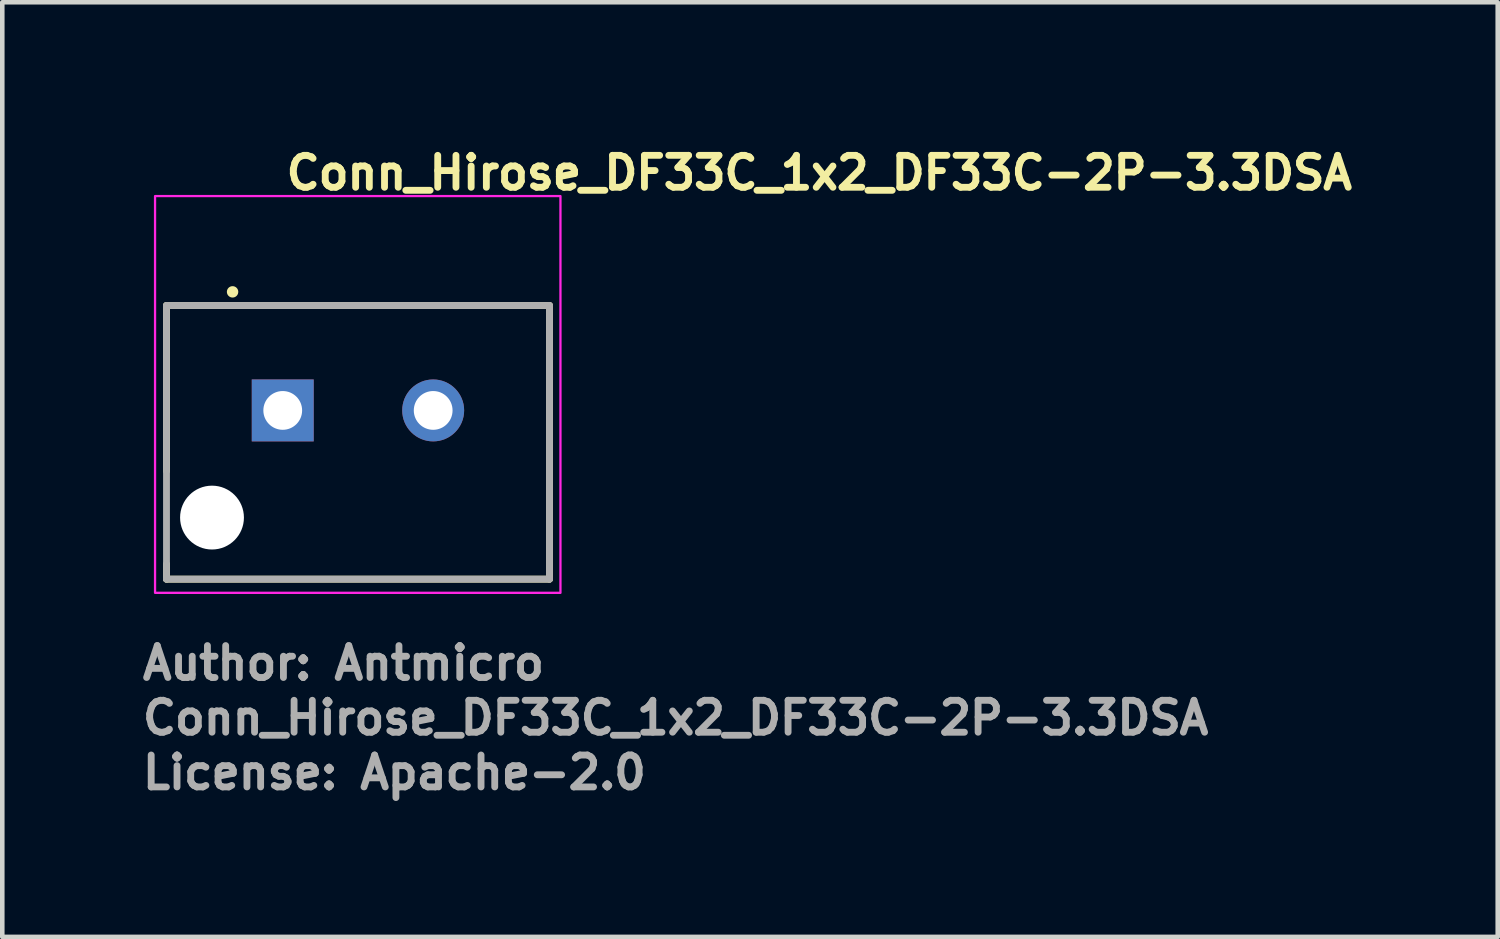
<source format=kicad_pcb>
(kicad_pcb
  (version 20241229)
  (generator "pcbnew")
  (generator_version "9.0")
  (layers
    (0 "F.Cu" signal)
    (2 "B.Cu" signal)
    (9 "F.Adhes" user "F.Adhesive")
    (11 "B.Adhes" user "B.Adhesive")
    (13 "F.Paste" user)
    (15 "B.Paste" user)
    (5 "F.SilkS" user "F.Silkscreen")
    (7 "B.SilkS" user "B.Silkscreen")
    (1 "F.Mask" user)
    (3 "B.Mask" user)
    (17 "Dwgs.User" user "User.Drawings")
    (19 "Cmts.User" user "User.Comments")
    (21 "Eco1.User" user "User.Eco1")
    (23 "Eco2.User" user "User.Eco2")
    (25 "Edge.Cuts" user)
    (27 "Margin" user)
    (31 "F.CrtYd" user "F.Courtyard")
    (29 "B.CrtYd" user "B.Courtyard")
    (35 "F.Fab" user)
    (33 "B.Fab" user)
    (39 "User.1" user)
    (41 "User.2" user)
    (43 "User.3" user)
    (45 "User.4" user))
  (footprint "Conn_Hirose_DF33C_1x2_DF33C-2P-3.3DSA"
    (layer "F.Cu")
    (at 3.15 5.95)
    (property "Reference" "Conn_Hirose_DF33C_1x2_DF33C-2P-3.3DSA" (at 0 -4.8 0) (unlocked yes) (layer "F.SilkS") (effects (font (size 0.7 0.7) (thickness 0.15)) (justify left bottom)))
    (attr through_hole)
    (fp_line (start -2.549 -2.301) (end 5.849 -2.301) (stroke (width 0.15) (type solid)) (layer "F.SilkS"))
    (fp_line (start -2.549 -2.3) (end -2.549 1.33) (stroke (width 0.15) (type solid)) (layer "F.SilkS"))
    (fp_line (start -2.549 3.7) (end -2.549 3.37) (stroke (width 0.15) (type solid)) (layer "F.SilkS"))
    (fp_line (start 5.849 -2.3) (end 5.849 3.7) (stroke (width 0.15) (type solid)) (layer "F.SilkS"))
    (fp_line (start 5.849 3.7) (end -2.549 3.7) (stroke (width 0.15) (type solid)) (layer "F.SilkS"))
    (fp_circle (center -1.1 -2.6) (end -1.05 -2.6) (stroke (width 0.15) (type solid)) (fill yes) (layer "F.SilkS"))
    (fp_rect (start -2.8 -4.7) (end 6.09 4) (stroke (width 0.05) (type solid)) (fill no) (layer "F.CrtYd"))
    (fp_line (start -2.549 -2.301) (end 5.849 -2.301) (stroke (width 0.15) (type solid)) (layer "F.Fab"))
    (fp_line (start -2.549 3.7) (end -2.549 -2.3) (stroke (width 0.15) (type solid)) (layer "F.Fab"))
    (fp_line (start 5.849 -2.3) (end 5.849 3.7) (stroke (width 0.15) (type solid)) (layer "F.Fab"))
    (fp_line (start 5.849 3.7) (end -2.549 3.7) (stroke (width 0.15) (type solid)) (layer "F.Fab"))
    (fp_rect (start -2.55 -4.425) (end 5.849 3.674) (stroke (width 0.1) (type solid)) (fill no) (layer "User.5"))
    (fp_line (start -2.55 -1.25) (end -2.549 -1.253) (stroke (width 0.02) (type solid)) (layer "User.9"))
    (fp_line (start -2.55 0.2) (end -2.549 0.197) (stroke (width 0.02) (type solid)) (layer "User.9"))
    (fp_line (start -2.549 -1.845) (end -2.549 -1.825) (stroke (width 0.02) (type solid)) (layer "User.9"))
    (fp_line (start -2.549 -1.253) (end -2.548 -1.255) (stroke (width 0.02) (type solid)) (layer "User.9"))
    (fp_line (start -2.549 -1.247) (end -2.55 -1.25) (stroke (width 0.02) (type solid)) (layer "User.9"))
    (fp_line (start -2.549 -1.247) (end -2.549 -1.825) (stroke (width 0.02) (type solid)) (layer "User.9"))
    (fp_line (start -2.549 -1.198) (end -2.549 -1.247) (stroke (width 0.02) (type solid)) (layer "User.9"))
    (fp_line (start -2.549 -1.198) (end -2.549 -1.198) (stroke (width 0.02) (type solid)) (layer "User.9"))
    (fp_line (start -2.549 -1.125) (end -2.549 -1.198) (stroke (width 0.02) (type solid)) (layer "User.9"))
    (fp_line (start -2.549 -1.125) (end -2.549 -1.125) (stroke (width 0.02) (type solid)) (layer "User.9"))
    (fp_line (start -2.549 -1.032) (end -2.549 -1.125) (stroke (width 0.02) (type solid)) (layer "User.9"))
    (fp_line (start -2.549 -1.032) (end -2.549 -1.032) (stroke (width 0.02) (type solid)) (layer "User.9"))
    (fp_line (start -2.549 -0.921) (end -2.549 -1.032) (stroke (width 0.02) (type solid)) (layer "User.9"))
    (fp_line (start -2.549 -0.921) (end -2.549 -0.921) (stroke (width 0.02) (type solid)) (layer "User.9"))
    (fp_line (start -2.549 -0.797) (end -2.549 -0.921) (stroke (width 0.02) (type solid)) (layer "User.9"))
    (fp_line (start -2.549 -0.797) (end -2.549 -0.797) (stroke (width 0.02) (type solid)) (layer "User.9"))
    (fp_line (start -2.549 -0.663) (end -2.549 -0.797) (stroke (width 0.02) (type solid)) (layer "User.9"))
    (fp_line (start -2.549 -0.663) (end -2.549 -0.663) (stroke (width 0.02) (type solid)) (layer "User.9"))
    (fp_line (start -2.549 -0.525) (end -2.549 -0.663) (stroke (width 0.02) (type solid)) (layer "User.9"))
    (fp_line (start -2.549 -0.525) (end -2.549 -0.525) (stroke (width 0.02) (type solid)) (layer "User.9"))
    (fp_line (start -2.549 -0.252) (end -2.549 -0.525) (stroke (width 0.02) (type solid)) (layer "User.9"))
    (fp_line (start -2.549 -0.252) (end -2.549 -0.252) (stroke (width 0.02) (type solid)) (layer "User.9"))
    (fp_line (start -2.549 -0.128) (end -2.549 -0.252) (stroke (width 0.02) (type solid)) (layer "User.9"))
    (fp_line (start -2.549 -0.128) (end -2.549 -0.128) (stroke (width 0.02) (type solid)) (layer "User.9"))
    (fp_line (start -2.549 -0.017) (end -2.549 -0.128) (stroke (width 0.02) (type solid)) (layer "User.9"))
    (fp_line (start -2.549 -0.017) (end -2.549 -0.017) (stroke (width 0.02) (type solid)) (layer "User.9"))
    (fp_line (start -2.549 0.075) (end -2.549 -0.017) (stroke (width 0.02) (type solid)) (layer "User.9"))
    (fp_line (start -2.549 0.075) (end -2.549 0.075) (stroke (width 0.02) (type solid)) (layer "User.9"))
    (fp_line (start -2.549 0.148) (end -2.549 0.075) (stroke (width 0.02) (type solid)) (layer "User.9"))
    (fp_line (start -2.549 0.148) (end -2.549 0.148) (stroke (width 0.02) (type solid)) (layer "User.9"))
    (fp_line (start -2.549 0.197) (end -2.549 0.148) (stroke (width 0.02) (type solid)) (layer "User.9"))
    (fp_line (start -2.549 0.203) (end -2.55 0.2) (stroke (width 0.02) (type solid)) (layer "User.9"))
    (fp_line (start -2.549 2.775) (end -2.549 0.197) (stroke (width 0.02) (type solid)) (layer "User.9"))
    (fp_line (start -2.549 2.795) (end -2.549 2.775) (stroke (width 0.02) (type solid)) (layer "User.9"))
    (fp_line (start -2.548 -1.255) (end -2.546 -1.257) (stroke (width 0.02) (type solid)) (layer "User.9"))
    (fp_line (start -2.548 0.205) (end -2.549 0.203) (stroke (width 0.02) (type solid)) (layer "User.9"))
    (fp_line (start -2.547 -1.865) (end -2.549 -1.845) (stroke (width 0.02) (type solid)) (layer "User.9"))
    (fp_line (start -2.547 2.815) (end -2.549 2.795) (stroke (width 0.02) (type solid)) (layer "User.9"))
    (fp_line (start -2.546 -1.257) (end -2.544 -1.259) (stroke (width 0.02) (type solid)) (layer "User.9"))
    (fp_line (start -2.546 0.207) (end -2.548 0.205) (stroke (width 0.02) (type solid)) (layer "User.9"))
    (fp_line (start -2.545 -1.885) (end -2.547 -1.865) (stroke (width 0.02) (type solid)) (layer "User.9"))
    (fp_line (start -2.545 2.835) (end -2.547 2.815) (stroke (width 0.02) (type solid)) (layer "User.9"))
    (fp_line (start -2.544 -1.259) (end -2.542 -1.261) (stroke (width 0.02) (type solid)) (layer "User.9"))
    (fp_line (start -2.544 0.209) (end -2.546 0.207) (stroke (width 0.02) (type solid)) (layer "User.9"))
    (fp_line (start -2.542 -1.261) (end -2.539 -1.263) (stroke (width 0.02) (type solid)) (layer "User.9"))
    (fp_line (start -2.542 0.211) (end -2.544 0.209) (stroke (width 0.02) (type solid)) (layer "User.9"))
    (fp_line (start -2.541 -1.905) (end -2.545 -1.885) (stroke (width 0.02) (type solid)) (layer "User.9"))
    (fp_line (start -2.541 2.855) (end -2.545 2.835) (stroke (width 0.02) (type solid)) (layer "User.9"))
    (fp_line (start -2.539 -1.263) (end -2.535 -1.264) (stroke (width 0.02) (type solid)) (layer "User.9"))
    (fp_line (start -2.537 -1.924) (end -2.541 -1.905) (stroke (width 0.02) (type solid)) (layer "User.9"))
    (fp_line (start -2.537 2.874) (end -2.541 2.855) (stroke (width 0.02) (type solid)) (layer "User.9"))
    (fp_line (start -2.535 -1.264) (end -2.531 -1.266) (stroke (width 0.02) (type solid)) (layer "User.9"))
    (fp_line (start -2.535 0.214) (end -2.542 0.211) (stroke (width 0.02) (type solid)) (layer "User.9"))
    (fp_line (start -2.532 -1.943) (end -2.537 -1.924) (stroke (width 0.02) (type solid)) (layer "User.9"))
    (fp_line (start -2.532 2.893) (end -2.537 2.874) (stroke (width 0.02) (type solid)) (layer "User.9"))
    (fp_line (start -2.531 -1.266) (end -2.526 -1.267) (stroke (width 0.02) (type solid)) (layer "User.9"))
    (fp_line (start -2.526 -1.267) (end -2.522 -1.268) (stroke (width 0.02) (type solid)) (layer "User.9"))
    (fp_line (start -2.526 0.217) (end -2.535 0.214) (stroke (width 0.02) (type solid)) (layer "User.9"))
    (fp_line (start -2.525 -1.962) (end -2.532 -1.943) (stroke (width 0.02) (type solid)) (layer "User.9"))
    (fp_line (start -2.525 2.912) (end -2.532 2.893) (stroke (width 0.02) (type solid)) (layer "User.9"))
    (fp_line (start -2.522 -1.268) (end -2.516 -1.269) (stroke (width 0.02) (type solid)) (layer "User.9"))
    (fp_line (start -2.518 -1.98) (end -2.525 -1.962) (stroke (width 0.02) (type solid)) (layer "User.9"))
    (fp_line (start -2.518 2.93) (end -2.525 2.912) (stroke (width 0.02) (type solid)) (layer "User.9"))
    (fp_line (start -2.516 -1.269) (end -2.505 -1.271) (stroke (width 0.02) (type solid)) (layer "User.9"))
    (fp_line (start -2.516 0.219) (end -2.526 0.217) (stroke (width 0.02) (type solid)) (layer "User.9"))
    (fp_line (start -2.51 -1.998) (end -2.518 -1.98) (stroke (width 0.02) (type solid)) (layer "User.9"))
    (fp_line (start -2.51 2.948) (end -2.518 2.93) (stroke (width 0.02) (type solid)) (layer "User.9"))
    (fp_line (start -2.505 -1.271) (end -2.491 -1.272) (stroke (width 0.02) (type solid)) (layer "User.9"))
    (fp_line (start -2.505 0.221) (end -2.516 0.219) (stroke (width 0.02) (type solid)) (layer "User.9"))
    (fp_line (start -2.501 -2.015) (end -2.51 -1.998) (stroke (width 0.02) (type solid)) (layer "User.9"))
    (fp_line (start -2.501 2.965) (end -2.51 2.948) (stroke (width 0.02) (type solid)) (layer "User.9"))
    (fp_line (start -2.492 -2.032) (end -2.501 -2.015) (stroke (width 0.02) (type solid)) (layer "User.9"))
    (fp_line (start -2.492 2.982) (end -2.501 2.965) (stroke (width 0.02) (type solid)) (layer "User.9"))
    (fp_line (start -2.491 -1.272) (end -2.477 -1.273) (stroke (width 0.02) (type solid)) (layer "User.9"))
    (fp_line (start -2.491 0.222) (end -2.505 0.221) (stroke (width 0.02) (type solid)) (layer "User.9"))
    (fp_line (start -2.481 -2.048) (end -2.492 -2.032) (stroke (width 0.02) (type solid)) (layer "User.9"))
    (fp_line (start -2.481 2.998) (end -2.492 2.982) (stroke (width 0.02) (type solid)) (layer "User.9"))
    (fp_line (start -2.477 -1.273) (end -2.461 -1.274) (stroke (width 0.02) (type solid)) (layer "User.9"))
    (fp_line (start -2.47 -2.064) (end -2.481 -2.048) (stroke (width 0.02) (type solid)) (layer "User.9"))
    (fp_line (start -2.47 3.014) (end -2.481 2.998) (stroke (width 0.02) (type solid)) (layer "User.9"))
    (fp_line (start -2.461 -1.274) (end -2.444 -1.274) (stroke (width 0.02) (type solid)) (layer "User.9"))
    (fp_line (start -2.461 0.224) (end -2.491 0.222) (stroke (width 0.02) (type solid)) (layer "User.9"))
    (fp_line (start -2.458 -2.079) (end -2.47 -2.064) (stroke (width 0.02) (type solid)) (layer "User.9"))
    (fp_line (start -2.458 3.029) (end -2.47 3.014) (stroke (width 0.02) (type solid)) (layer "User.9"))
    (fp_line (start -2.446 -2.093) (end -2.458 -2.079) (stroke (width 0.02) (type solid)) (layer "User.9"))
    (fp_line (start -2.446 3.043) (end -2.458 3.029) (stroke (width 0.02) (type solid)) (layer "User.9"))
    (fp_line (start -2.444 -1.274) (end -2.427 -1.274) (stroke (width 0.02) (type solid)) (layer "User.9"))
    (fp_line (start -2.432 -2.107) (end -2.446 -2.093) (stroke (width 0.02) (type solid)) (layer "User.9"))
    (fp_line (start -2.432 3.057) (end -2.446 3.043) (stroke (width 0.02) (type solid)) (layer "User.9"))
    (fp_line (start -2.427 -1.274) (end -2.35 -1.274) (stroke (width 0.02) (type solid)) (layer "User.9"))
    (fp_line (start -2.427 0.224) (end -2.461 0.224) (stroke (width 0.02) (type solid)) (layer "User.9"))
    (fp_line (start -2.418 -2.121) (end -2.432 -2.107) (stroke (width 0.02) (type solid)) (layer "User.9"))
    (fp_line (start -2.418 3.071) (end -2.432 3.057) (stroke (width 0.02) (type solid)) (layer "User.9"))
    (fp_line (start -2.404 -2.133) (end -2.418 -2.121) (stroke (width 0.02) (type solid)) (layer "User.9"))
    (fp_line (start -2.404 3.083) (end -2.418 3.071) (stroke (width 0.02) (type solid)) (layer "User.9"))
    (fp_line (start -2.389 -2.145) (end -2.404 -2.133) (stroke (width 0.02) (type solid)) (layer "User.9"))
    (fp_line (start -2.389 3.095) (end -2.404 3.083) (stroke (width 0.02) (type solid)) (layer "User.9"))
    (fp_line (start -2.373 -2.156) (end -2.389 -2.145) (stroke (width 0.02) (type solid)) (layer "User.9"))
    (fp_line (start -2.373 3.106) (end -2.389 3.095) (stroke (width 0.02) (type solid)) (layer "User.9"))
    (fp_line (start -2.357 -2.167) (end -2.373 -2.156) (stroke (width 0.02) (type solid)) (layer "User.9"))
    (fp_line (start -2.357 3.117) (end -2.373 3.106) (stroke (width 0.02) (type solid)) (layer "User.9"))
    (fp_line (start -2.35 -1.274) (end -2.25 -1.274) (stroke (width 0.02) (type solid)) (layer "User.9"))
    (fp_line (start -2.35 0.225) (end -2.427 0.224) (stroke (width 0.02) (type solid)) (layer "User.9"))
    (fp_line (start -2.35 0.225) (end -2.25 0.225) (stroke (width 0.02) (type solid)) (layer "User.9"))
    (fp_line (start -2.34 -2.176) (end -2.357 -2.167) (stroke (width 0.02) (type solid)) (layer "User.9"))
    (fp_line (start -2.34 3.126) (end -2.357 3.117) (stroke (width 0.02) (type solid)) (layer "User.9"))
    (fp_line (start -2.323 -2.185) (end -2.34 -2.176) (stroke (width 0.02) (type solid)) (layer "User.9"))
    (fp_line (start -2.323 3.135) (end -2.34 3.126) (stroke (width 0.02) (type solid)) (layer "User.9"))
    (fp_line (start -2.305 -2.193) (end -2.323 -2.185) (stroke (width 0.02) (type solid)) (layer "User.9"))
    (fp_line (start -2.305 3.143) (end -2.323 3.135) (stroke (width 0.02) (type solid)) (layer "User.9"))
    (fp_line (start -2.287 -2.2) (end -2.305 -2.193) (stroke (width 0.02) (type solid)) (layer "User.9"))
    (fp_line (start -2.287 3.15) (end -2.305 3.143) (stroke (width 0.02) (type solid)) (layer "User.9"))
    (fp_line (start -2.268 -2.207) (end -2.287 -2.2) (stroke (width 0.02) (type solid)) (layer "User.9"))
    (fp_line (start -2.268 3.157) (end -2.287 3.15) (stroke (width 0.02) (type solid)) (layer "User.9"))
    (fp_line (start -2.25 -1.925) (end -2.25 -1.274) (stroke (width 0.02) (type solid)) (layer "User.9"))
    (fp_line (start -2.25 -1.925) (end -1.95 -1.625) (stroke (width 0.02) (type solid)) (layer "User.9"))
    (fp_line (start -2.25 -1.925) (end 5.55 -1.925) (stroke (width 0.02) (type solid)) (layer "User.9"))
    (fp_line (start -2.25 -1.274) (end -2.23 -1.274) (stroke (width 0.02) (type solid)) (layer "User.9"))
    (fp_line (start -2.25 0.225) (end -2.25 2.875) (stroke (width 0.02) (type solid)) (layer "User.9"))
    (fp_line (start -2.25 2.875) (end -1.95 2.575) (stroke (width 0.02) (type solid)) (layer "User.9"))
    (fp_line (start -2.249 -2.212) (end -2.268 -2.207) (stroke (width 0.02) (type solid)) (layer "User.9"))
    (fp_line (start -2.249 3.162) (end -2.268 3.157) (stroke (width 0.02) (type solid)) (layer "User.9"))
    (fp_line (start -2.23 -2.216) (end -2.249 -2.212) (stroke (width 0.02) (type solid)) (layer "User.9"))
    (fp_line (start -2.23 -1.274) (end -2.211 -1.274) (stroke (width 0.02) (type solid)) (layer "User.9"))
    (fp_line (start -2.23 0.224) (end -2.25 0.225) (stroke (width 0.02) (type solid)) (layer "User.9"))
    (fp_line (start -2.23 3.166) (end -2.249 3.162) (stroke (width 0.02) (type solid)) (layer "User.9"))
    (fp_line (start -2.211 -1.274) (end -2.192 -1.272) (stroke (width 0.02) (type solid)) (layer "User.9"))
    (fp_line (start -2.211 0.224) (end -2.23 0.224) (stroke (width 0.02) (type solid)) (layer "User.9"))
    (fp_line (start -2.21 -2.22) (end -2.23 -2.216) (stroke (width 0.02) (type solid)) (layer "User.9"))
    (fp_line (start -2.21 3.17) (end -2.23 3.166) (stroke (width 0.02) (type solid)) (layer "User.9"))
    (fp_line (start -2.192 -1.272) (end -2.173 -1.271) (stroke (width 0.02) (type solid)) (layer "User.9"))
    (fp_line (start -2.192 0.222) (end -2.211 0.224) (stroke (width 0.02) (type solid)) (layer "User.9"))
    (fp_line (start -2.19 -2.222) (end -2.21 -2.22) (stroke (width 0.02) (type solid)) (layer "User.9"))
    (fp_line (start -2.19 3.172) (end -2.21 3.17) (stroke (width 0.02) (type solid)) (layer "User.9"))
    (fp_line (start -2.173 -1.271) (end -2.154 -1.269) (stroke (width 0.02) (type solid)) (layer "User.9"))
    (fp_line (start -2.173 0.221) (end -2.192 0.222) (stroke (width 0.02) (type solid)) (layer "User.9"))
    (fp_line (start -2.17 -2.224) (end -2.19 -2.222) (stroke (width 0.02) (type solid)) (layer "User.9"))
    (fp_line (start -2.17 3.174) (end -2.19 3.172) (stroke (width 0.02) (type solid)) (layer "User.9"))
    (fp_line (start -2.154 -1.269) (end -2.135 -1.266) (stroke (width 0.02) (type solid)) (layer "User.9"))
    (fp_line (start -2.154 0.219) (end -2.173 0.221) (stroke (width 0.02) (type solid)) (layer "User.9"))
    (fp_line (start -2.15 -2.225) (end -2.17 -2.224) (stroke (width 0.02) (type solid)) (layer "User.9"))
    (fp_line (start -2.15 -2.225) (end -2.05 -2.225) (stroke (width 0.02) (type solid)) (layer "User.9"))
    (fp_line (start -2.15 3.174) (end -2.17 3.174) (stroke (width 0.02) (type solid)) (layer "User.9"))
    (fp_line (start -2.135 -1.266) (end -2.117 -1.263) (stroke (width 0.02) (type solid)) (layer "User.9"))
    (fp_line (start -2.135 0.216) (end -2.154 0.219) (stroke (width 0.02) (type solid)) (layer "User.9"))
    (fp_line (start -2.117 -1.263) (end -2.098 -1.259) (stroke (width 0.02) (type solid)) (layer "User.9"))
    (fp_line (start -2.117 0.213) (end -2.135 0.216) (stroke (width 0.02) (type solid)) (layer "User.9"))
    (fp_line (start -2.098 -1.259) (end -2.079 -1.255) (stroke (width 0.02) (type solid)) (layer "User.9"))
    (fp_line (start -2.098 0.209) (end -2.117 0.213) (stroke (width 0.02) (type solid)) (layer "User.9"))
    (fp_line (start -2.079 -1.255) (end -2.06 -1.25) (stroke (width 0.02) (type solid)) (layer "User.9"))
    (fp_line (start -2.079 0.205) (end -2.098 0.209) (stroke (width 0.02) (type solid)) (layer "User.9"))
    (fp_line (start -2.06 -1.25) (end -2.042 -1.245) (stroke (width 0.02) (type solid)) (layer "User.9"))
    (fp_line (start -2.06 0.2) (end -2.079 0.205) (stroke (width 0.02) (type solid)) (layer "User.9"))
    (fp_line (start -2.05 -4.325) (end -2.05 -3.924) (stroke (width 0.02) (type solid)) (layer "User.9"))
    (fp_line (start -2.05 -4.325) (end -2.049 -4.33) (stroke (width 0.02) (type solid)) (layer "User.9"))
    (fp_line (start -2.05 -2.024) (end -2.05 -3.924) (stroke (width 0.02) (type solid)) (layer "User.9"))
    (fp_line (start -2.049 -4.337) (end -2.048 -4.339) (stroke (width 0.02) (type solid)) (layer "User.9"))
    (fp_line (start -2.049 -4.335) (end -2.049 -4.337) (stroke (width 0.02) (type solid)) (layer "User.9"))
    (fp_line (start -2.049 -4.332) (end -2.049 -4.335) (stroke (width 0.02) (type solid)) (layer "User.9"))
    (fp_line (start -2.049 -4.331) (end -2.05 -4.325) (stroke (width 0.02) (type solid)) (layer "User.9"))
    (fp_line (start -2.049 -4.33) (end -2.049 -4.332) (stroke (width 0.02) (type solid)) (layer "User.9"))
    (fp_line (start -2.048 -4.344) (end -2.047 -4.346) (stroke (width 0.02) (type solid)) (layer "User.9"))
    (fp_line (start -2.048 -4.342) (end -2.048 -4.344) (stroke (width 0.02) (type solid)) (layer "User.9"))
    (fp_line (start -2.048 -4.339) (end -2.048 -4.342) (stroke (width 0.02) (type solid)) (layer "User.9"))
    (fp_line (start -2.048 -4.337) (end -2.049 -4.331) (stroke (width 0.02) (type solid)) (layer "User.9"))
    (fp_line (start -2.047 -4.349) (end -2.046 -4.351) (stroke (width 0.02) (type solid)) (layer "User.9"))
    (fp_line (start -2.047 -4.346) (end -2.047 -4.349) (stroke (width 0.02) (type solid)) (layer "User.9"))
    (fp_line (start -2.047 -4.343) (end -2.048 -4.337) (stroke (width 0.02) (type solid)) (layer "User.9"))
    (fp_line (start -2.046 -4.351) (end -2.045 -4.353) (stroke (width 0.02) (type solid)) (layer "User.9"))
    (fp_line (start -2.046 -4.348) (end -2.047 -4.343) (stroke (width 0.02) (type solid)) (layer "User.9"))
    (fp_line (start -2.045 -4.355) (end -2.044 -4.357) (stroke (width 0.02) (type solid)) (layer "User.9"))
    (fp_line (start -2.045 -4.354) (end -2.046 -4.348) (stroke (width 0.02) (type solid)) (layer "User.9"))
    (fp_line (start -2.045 -4.353) (end -2.045 -4.355) (stroke (width 0.02) (type solid)) (layer "User.9"))
    (fp_line (start -2.044 -4.357) (end -2.043 -4.359) (stroke (width 0.02) (type solid)) (layer "User.9"))
    (fp_line (start -2.043 -4.359) (end -2.045 -4.354) (stroke (width 0.02) (type solid)) (layer "User.9"))
    (fp_line (start -2.043 -4.359) (end -2.042 -4.361) (stroke (width 0.02) (type solid)) (layer "User.9"))
    (fp_line (start -2.042 -1.245) (end -2.023 -1.239) (stroke (width 0.02) (type solid)) (layer "User.9"))
    (fp_line (start -2.042 0.195) (end -2.06 0.2) (stroke (width 0.02) (type solid)) (layer "User.9"))
    (fp_line (start -2.04 -4.364) (end -2.043 -4.359) (stroke (width 0.02) (type solid)) (layer "User.9"))
    (fp_line (start -2.039 -4.369) (end -2.04 -4.364) (stroke (width 0.02) (type solid)) (layer "User.9"))
    (fp_line (start -2.036 -4.374) (end -2.039 -4.369) (stroke (width 0.02) (type solid)) (layer "User.9"))
    (fp_line (start -2.034 -4.378) (end -2.036 -4.374) (stroke (width 0.02) (type solid)) (layer "User.9"))
    (fp_line (start -2.031 -4.382) (end -2.034 -4.378) (stroke (width 0.02) (type solid)) (layer "User.9"))
    (fp_line (start -2.028 -4.386) (end -2.031 -4.382) (stroke (width 0.02) (type solid)) (layer "User.9"))
    (fp_line (start -2.024 -4.39) (end -2.028 -4.386) (stroke (width 0.02) (type solid)) (layer "User.9"))
    (fp_line (start -2.023 -1.239) (end -2.004 -1.233) (stroke (width 0.02) (type solid)) (layer "User.9"))
    (fp_line (start -2.023 0.189) (end -2.042 0.195) (stroke (width 0.02) (type solid)) (layer "User.9"))
    (fp_line (start -2.022 -4.394) (end -2.024 -4.39) (stroke (width 0.02) (type solid)) (layer "User.9"))
    (fp_line (start -2.019 -4.397) (end -2.022 -4.394) (stroke (width 0.02) (type solid)) (layer "User.9"))
    (fp_line (start -2.015 -4.4) (end -2.019 -4.397) (stroke (width 0.02) (type solid)) (layer "User.9"))
    (fp_line (start -2.011 -4.403) (end -2.015 -4.4) (stroke (width 0.02) (type solid)) (layer "User.9"))
    (fp_line (start -2.008 -4.406) (end -2.011 -4.403) (stroke (width 0.02) (type solid)) (layer "User.9"))
    (fp_line (start -2.004 -4.409) (end -2.008 -4.406) (stroke (width 0.02) (type solid)) (layer "User.9"))
    (fp_line (start -2.004 -1.233) (end -1.986 -1.227) (stroke (width 0.02) (type solid)) (layer "User.9"))
    (fp_line (start -2.004 0.183) (end -2.023 0.189) (stroke (width 0.02) (type solid)) (layer "User.9"))
    (fp_line (start -2 -4.411) (end -2.004 -4.409) (stroke (width 0.02) (type solid)) (layer "User.9"))
    (fp_line (start -1.996 -4.413) (end -2 -4.411) (stroke (width 0.02) (type solid)) (layer "User.9"))
    (fp_line (start -1.992 -4.415) (end -1.996 -4.413) (stroke (width 0.02) (type solid)) (layer "User.9"))
    (fp_line (start -1.988 -4.417) (end -1.992 -4.415) (stroke (width 0.02) (type solid)) (layer "User.9"))
    (fp_line (start -1.986 -1.227) (end -1.968 -1.22) (stroke (width 0.02) (type solid)) (layer "User.9"))
    (fp_line (start -1.986 0.177) (end -2.004 0.183) (stroke (width 0.02) (type solid)) (layer "User.9"))
    (fp_line (start -1.983 -4.419) (end -1.988 -4.417) (stroke (width 0.02) (type solid)) (layer "User.9"))
    (fp_line (start -1.975 -4.421) (end -1.983 -4.419) (stroke (width 0.02) (type solid)) (layer "User.9"))
    (fp_line (start -1.968 -1.22) (end -1.95 -1.212) (stroke (width 0.02) (type solid)) (layer "User.9"))
    (fp_line (start -1.968 0.17) (end -1.986 0.177) (stroke (width 0.02) (type solid)) (layer "User.9"))
    (fp_line (start -1.966 -4.423) (end -1.975 -4.421) (stroke (width 0.02) (type solid)) (layer "User.9"))
    (fp_line (start -1.958 -4.424) (end -1.966 -4.423) (stroke (width 0.02) (type solid)) (layer "User.9"))
    (fp_line (start -1.95 -4.425) (end -1.958 -4.424) (stroke (width 0.02) (type solid)) (layer "User.9"))
    (fp_line (start -1.95 -1.625) (end -1.95 -1.212) (stroke (width 0.02) (type solid)) (layer "User.9"))
    (fp_line (start -1.95 -1.625) (end 5.25 -1.625) (stroke (width 0.02) (type solid)) (layer "User.9"))
    (fp_line (start -1.95 -1.153) (end -1.95 -1.212) (stroke (width 0.02) (type solid)) (layer "User.9"))
    (fp_line (start -1.95 -1.153) (end -1.95 -1.153) (stroke (width 0.02) (type solid)) (layer "User.9"))
    (fp_line (start -1.95 -1.077) (end -1.95 -1.153) (stroke (width 0.02) (type solid)) (layer "User.9"))
    (fp_line (start -1.95 -1.077) (end -1.95 -1.077) (stroke (width 0.02) (type solid)) (layer "User.9"))
    (fp_line (start -1.95 -0.986) (end -1.95 -1.077) (stroke (width 0.02) (type solid)) (layer "User.9"))
    (fp_line (start -1.95 -0.986) (end -1.95 -0.986) (stroke (width 0.02) (type solid)) (layer "User.9"))
    (fp_line (start -1.95 -0.882) (end -1.95 -0.986) (stroke (width 0.02) (type solid)) (layer "User.9"))
    (fp_line (start -1.95 -0.882) (end -1.95 -0.882) (stroke (width 0.02) (type solid)) (layer "User.9"))
    (fp_line (start -1.95 -0.648) (end -1.95 -0.882) (stroke (width 0.02) (type solid)) (layer "User.9"))
    (fp_line (start -1.95 -0.648) (end -1.95 -0.648) (stroke (width 0.02) (type solid)) (layer "User.9"))
    (fp_line (start -1.95 -0.525) (end -1.95 -0.648) (stroke (width 0.02) (type solid)) (layer "User.9"))
    (fp_line (start -1.95 -0.525) (end -1.95 -0.525) (stroke (width 0.02) (type solid)) (layer "User.9"))
    (fp_line (start -1.95 -0.281) (end -1.95 -0.525) (stroke (width 0.02) (type solid)) (layer "User.9"))
    (fp_line (start -1.95 -0.281) (end -1.95 -0.281) (stroke (width 0.02) (type solid)) (layer "User.9"))
    (fp_line (start -1.95 -0.167) (end -1.95 -0.281) (stroke (width 0.02) (type solid)) (layer "User.9"))
    (fp_line (start -1.95 -0.167) (end -1.95 -0.167) (stroke (width 0.02) (type solid)) (layer "User.9"))
    (fp_line (start -1.95 -0.063) (end -1.95 -0.167) (stroke (width 0.02) (type solid)) (layer "User.9"))
    (fp_line (start -1.95 -0.063) (end -1.95 -0.063) (stroke (width 0.02) (type solid)) (layer "User.9"))
    (fp_line (start -1.95 0.027) (end -1.95 -0.063) (stroke (width 0.02) (type solid)) (layer "User.9"))
    (fp_line (start -1.95 0.027) (end -1.95 0.027) (stroke (width 0.02) (type solid)) (layer "User.9"))
    (fp_line (start -1.95 0.103) (end -1.95 0.027) (stroke (width 0.02) (type solid)) (layer "User.9"))
    (fp_line (start -1.95 0.103) (end -1.95 0.103) (stroke (width 0.02) (type solid)) (layer "User.9"))
    (fp_line (start -1.95 0.162) (end -1.968 0.17) (stroke (width 0.02) (type solid)) (layer "User.9"))
    (fp_line (start -1.95 0.162) (end -1.95 0.103) (stroke (width 0.02) (type solid)) (layer "User.9"))
    (fp_line (start -1.95 0.162) (end -1.95 2.575) (stroke (width 0.02) (type solid)) (layer "User.9"))
    (fp_line (start -1.95 1.274) (end -1.399 1.274) (stroke (width 0.02) (type solid)) (layer "User.9"))
    (fp_line (start -1.95 1.375) (end -1.3 1.375) (stroke (width 0.02) (type solid)) (layer "User.9"))
    (fp_line (start -1.85 3.174) (end -1.85 3.532) (stroke (width 0.02) (type solid)) (layer "User.9"))
    (fp_line (start -1.85 3.575) (end -1.85 3.532) (stroke (width 0.02) (type solid)) (layer "User.9"))
    (fp_line (start -1.85 3.575) (end -1.849 3.58) (stroke (width 0.02) (type solid)) (layer "User.9"))
    (fp_line (start -1.849 3.58) (end -1.849 3.585) (stroke (width 0.02) (type solid)) (layer "User.9"))
    (fp_line (start -1.849 3.585) (end -1.848 3.59) (stroke (width 0.02) (type solid)) (layer "User.9"))
    (fp_line (start -1.848 3.59) (end -1.847 3.595) (stroke (width 0.02) (type solid)) (layer "User.9"))
    (fp_line (start -1.847 3.595) (end -1.846 3.599) (stroke (width 0.02) (type solid)) (layer "User.9"))
    (fp_line (start -1.846 3.599) (end -1.845 3.604) (stroke (width 0.02) (type solid)) (layer "User.9"))
    (fp_line (start -1.845 3.604) (end -1.843 3.609) (stroke (width 0.02) (type solid)) (layer "User.9"))
    (fp_line (start -1.843 3.609) (end -1.842 3.613) (stroke (width 0.02) (type solid)) (layer "User.9"))
    (fp_line (start -1.842 3.613) (end -1.84 3.618) (stroke (width 0.02) (type solid)) (layer "User.9"))
    (fp_line (start -1.84 3.618) (end -1.837 3.622) (stroke (width 0.02) (type solid)) (layer "User.9"))
    (fp_line (start -1.837 3.622) (end -1.835 3.626) (stroke (width 0.02) (type solid)) (layer "User.9"))
    (fp_line (start -1.835 3.626) (end -1.832 3.63) (stroke (width 0.02) (type solid)) (layer "User.9"))
    (fp_line (start -1.832 3.63) (end -1.83 3.634) (stroke (width 0.02) (type solid)) (layer "User.9"))
    (fp_line (start -1.83 3.634) (end -1.827 3.638) (stroke (width 0.02) (type solid)) (layer "User.9"))
    (fp_line (start -1.827 3.638) (end -1.824 3.642) (stroke (width 0.02) (type solid)) (layer "User.9"))
    (fp_line (start -1.824 3.642) (end -1.82 3.645) (stroke (width 0.02) (type solid)) (layer "User.9"))
    (fp_line (start -1.82 3.645) (end -1.817 3.649) (stroke (width 0.02) (type solid)) (layer "User.9"))
    (fp_line (start -1.817 3.649) (end -1.813 3.652) (stroke (width 0.02) (type solid)) (layer "User.9"))
    (fp_line (start -1.813 3.652) (end -1.809 3.655) (stroke (width 0.02) (type solid)) (layer "User.9"))
    (fp_line (start -1.809 3.655) (end -1.805 3.657) (stroke (width 0.02) (type solid)) (layer "User.9"))
    (fp_line (start -1.805 3.657) (end -1.801 3.66) (stroke (width 0.02) (type solid)) (layer "User.9"))
    (fp_line (start -1.801 3.66) (end -1.797 3.662) (stroke (width 0.02) (type solid)) (layer "User.9"))
    (fp_line (start -1.797 3.662) (end -1.793 3.665) (stroke (width 0.02) (type solid)) (layer "User.9"))
    (fp_line (start -1.793 3.665) (end -1.788 3.667) (stroke (width 0.02) (type solid)) (layer "User.9"))
    (fp_line (start -1.788 3.667) (end -1.784 3.668) (stroke (width 0.02) (type solid)) (layer "User.9"))
    (fp_line (start -1.784 3.668) (end -1.779 3.67) (stroke (width 0.02) (type solid)) (layer "User.9"))
    (fp_line (start -1.779 3.67) (end -1.774 3.671) (stroke (width 0.02) (type solid)) (layer "User.9"))
    (fp_line (start -1.774 3.671) (end -1.77 3.672) (stroke (width 0.02) (type solid)) (layer "User.9"))
    (fp_line (start -1.77 3.672) (end -1.765 3.673) (stroke (width 0.02) (type solid)) (layer "User.9"))
    (fp_line (start -1.765 3.673) (end -1.76 3.674) (stroke (width 0.02) (type solid)) (layer "User.9"))
    (fp_line (start -1.76 3.674) (end -1.755 3.674) (stroke (width 0.02) (type solid)) (layer "User.9"))
    (fp_line (start -1.755 3.674) (end -1.75 3.674) (stroke (width 0.02) (type solid)) (layer "User.9"))
    (fp_line (start -1.75 3.674) (end -0.65 3.674) (stroke (width 0.02) (type solid)) (layer "User.9"))
    (fp_line (start -1.55 -4.425) (end -1.95 -4.425) (stroke (width 0.02) (type solid)) (layer "User.9"))
    (fp_line (start -1.55 -4.425) (end -1.546 -4.424) (stroke (width 0.02) (type solid)) (layer "User.9"))
    (fp_line (start -1.546 -4.424) (end -1.542 -4.424) (stroke (width 0.02) (type solid)) (layer "User.9"))
    (fp_line (start -1.542 -4.424) (end -1.539 -4.424) (stroke (width 0.02) (type solid)) (layer "User.9"))
    (fp_line (start -1.541 -4.424) (end -1.55 -4.425) (stroke (width 0.02) (type solid)) (layer "User.9"))
    (fp_line (start -1.539 -4.424) (end -1.535 -4.423) (stroke (width 0.02) (type solid)) (layer "User.9"))
    (fp_line (start -1.535 -4.423) (end -1.532 -4.423) (stroke (width 0.02) (type solid)) (layer "User.9"))
    (fp_line (start -1.533 -4.423) (end -1.541 -4.424) (stroke (width 0.02) (type solid)) (layer "User.9"))
    (fp_line (start -1.532 -4.423) (end -1.528 -4.422) (stroke (width 0.02) (type solid)) (layer "User.9"))
    (fp_line (start -1.528 -4.422) (end -1.525 -4.421) (stroke (width 0.02) (type solid)) (layer "User.9"))
    (fp_line (start -1.525 -4.421) (end -1.521 -4.42) (stroke (width 0.02) (type solid)) (layer "User.9"))
    (fp_line (start -1.524 -4.421) (end -1.533 -4.423) (stroke (width 0.02) (type solid)) (layer "User.9"))
    (fp_line (start -1.521 -4.42) (end -1.518 -4.419) (stroke (width 0.02) (type solid)) (layer "User.9"))
    (fp_line (start -1.518 -4.419) (end -1.514 -4.418) (stroke (width 0.02) (type solid)) (layer "User.9"))
    (fp_line (start -1.516 -4.419) (end -1.524 -4.421) (stroke (width 0.02) (type solid)) (layer "User.9"))
    (fp_line (start -1.514 -4.418) (end -1.511 -4.417) (stroke (width 0.02) (type solid)) (layer "User.9"))
    (fp_line (start -1.511 -4.417) (end -1.508 -4.415) (stroke (width 0.02) (type solid)) (layer "User.9"))
    (fp_line (start -1.508 -4.415) (end -1.504 -4.414) (stroke (width 0.02) (type solid)) (layer "User.9"))
    (fp_line (start -1.507 -4.415) (end -1.516 -4.419) (stroke (width 0.02) (type solid)) (layer "User.9"))
    (fp_line (start -1.504 -4.414) (end -1.501 -4.412) (stroke (width 0.02) (type solid)) (layer "User.9"))
    (fp_line (start -1.503 -4.413) (end -1.507 -4.415) (stroke (width 0.02) (type solid)) (layer "User.9"))
    (fp_line (start -1.501 -4.412) (end -1.498 -4.41) (stroke (width 0.02) (type solid)) (layer "User.9"))
    (fp_line (start -1.499 -4.411) (end -1.503 -4.413) (stroke (width 0.02) (type solid)) (layer "User.9"))
    (fp_line (start -1.498 -4.41) (end -1.495 -4.408) (stroke (width 0.02) (type solid)) (layer "User.9"))
    (fp_line (start -1.495 -4.409) (end -1.499 -4.411) (stroke (width 0.02) (type solid)) (layer "User.9"))
    (fp_line (start -1.491 -4.406) (end -1.495 -4.409) (stroke (width 0.02) (type solid)) (layer "User.9"))
    (fp_line (start -1.488 -4.403) (end -1.491 -4.406) (stroke (width 0.02) (type solid)) (layer "User.9"))
    (fp_line (start -1.484 -4.4) (end -1.488 -4.403) (stroke (width 0.02) (type solid)) (layer "User.9"))
    (fp_line (start -1.48 -4.397) (end -1.484 -4.4) (stroke (width 0.02) (type solid)) (layer "User.9"))
    (fp_line (start -1.477 -4.394) (end -1.48 -4.397) (stroke (width 0.02) (type solid)) (layer "User.9"))
    (fp_line (start -1.474 -4.39) (end -1.477 -4.394) (stroke (width 0.02) (type solid)) (layer "User.9"))
    (fp_line (start -1.471 -4.386) (end -1.474 -4.39) (stroke (width 0.02) (type solid)) (layer "User.9"))
    (fp_line (start -1.468 -4.382) (end -1.471 -4.386) (stroke (width 0.02) (type solid)) (layer "User.9"))
    (fp_line (start -1.465 -4.378) (end -1.468 -4.382) (stroke (width 0.02) (type solid)) (layer "User.9"))
    (fp_line (start -1.462 -4.374) (end -1.465 -4.378) (stroke (width 0.02) (type solid)) (layer "User.9"))
    (fp_line (start -1.46 -4.369) (end -1.462 -4.374) (stroke (width 0.02) (type solid)) (layer "User.9"))
    (fp_line (start -1.458 -4.364) (end -1.46 -4.369) (stroke (width 0.02) (type solid)) (layer "User.9"))
    (fp_line (start -1.456 -4.361) (end -1.456 -4.359) (stroke (width 0.02) (type solid)) (layer "User.9"))
    (fp_line (start -1.456 -4.359) (end -1.458 -4.364) (stroke (width 0.02) (type solid)) (layer "User.9"))
    (fp_line (start -1.456 -4.359) (end -1.455 -4.357) (stroke (width 0.02) (type solid)) (layer "User.9"))
    (fp_line (start -1.455 -4.357) (end -1.454 -4.355) (stroke (width 0.02) (type solid)) (layer "User.9"))
    (fp_line (start -1.454 -4.355) (end -1.454 -4.353) (stroke (width 0.02) (type solid)) (layer "User.9"))
    (fp_line (start -1.454 -4.354) (end -1.456 -4.359) (stroke (width 0.02) (type solid)) (layer "User.9"))
    (fp_line (start -1.454 -4.353) (end -1.453 -4.351) (stroke (width 0.02) (type solid)) (layer "User.9"))
    (fp_line (start -1.453 -4.351) (end -1.452 -4.348) (stroke (width 0.02) (type solid)) (layer "User.9"))
    (fp_line (start -1.453 -4.348) (end -1.454 -4.354) (stroke (width 0.02) (type solid)) (layer "User.9"))
    (fp_line (start -1.452 -4.348) (end -1.452 -4.346) (stroke (width 0.02) (type solid)) (layer "User.9"))
    (fp_line (start -1.452 -4.346) (end -1.451 -4.344) (stroke (width 0.02) (type solid)) (layer "User.9"))
    (fp_line (start -1.452 -4.343) (end -1.453 -4.348) (stroke (width 0.02) (type solid)) (layer "User.9"))
    (fp_line (start -1.451 -4.344) (end -1.451 -4.342) (stroke (width 0.02) (type solid)) (layer "User.9"))
    (fp_line (start -1.451 -4.342) (end -1.451 -4.339) (stroke (width 0.02) (type solid)) (layer "User.9"))
    (fp_line (start -1.451 -4.339) (end -1.45 -4.337) (stroke (width 0.02) (type solid)) (layer "User.9"))
    (fp_line (start -1.451 -4.337) (end -1.452 -4.343) (stroke (width 0.02) (type solid)) (layer "User.9"))
    (fp_line (start -1.45 -4.337) (end -1.45 -4.334) (stroke (width 0.02) (type solid)) (layer "User.9"))
    (fp_line (start -1.45 -4.334) (end -1.45 -4.332) (stroke (width 0.02) (type solid)) (layer "User.9"))
    (fp_line (start -1.45 -4.332) (end -1.45 -4.33) (stroke (width 0.02) (type solid)) (layer "User.9"))
    (fp_line (start -1.45 -4.331) (end -1.451 -4.337) (stroke (width 0.02) (type solid)) (layer "User.9"))
    (fp_line (start -1.45 -4.33) (end -1.45 -4.327) (stroke (width 0.02) (type solid)) (layer "User.9"))
    (fp_line (start -1.45 -4.327) (end -1.45 -4.325) (stroke (width 0.02) (type solid)) (layer "User.9"))
    (fp_line (start -1.45 -4.325) (end -1.45 -4.331) (stroke (width 0.02) (type solid)) (layer "User.9"))
    (fp_line (start -1.45 -4.325) (end -1.45 -3.924) (stroke (width 0.02) (type solid)) (layer "User.9"))
    (fp_line (start -1.45 -2.424) (end -1.25 -2.225) (stroke (width 0.02) (type solid)) (layer "User.9"))
    (fp_line (start -1.45 -2.371) (end -1.45 -3.924) (stroke (width 0.02) (type solid)) (layer "User.9"))
    (fp_line (start -1.45 -2.371) (end -1.433 -2.352) (stroke (width 0.02) (type solid)) (layer "User.9"))
    (fp_line (start -1.433 -2.352) (end -1.416 -2.332) (stroke (width 0.02) (type solid)) (layer "User.9"))
    (fp_line (start -1.416 -2.332) (end -1.4 -2.313) (stroke (width 0.02) (type solid)) (layer "User.9"))
    (fp_line (start -1.4 -2.313) (end -1.384 -2.293) (stroke (width 0.02) (type solid)) (layer "User.9"))
    (fp_line (start -1.399 1.274) (end -1.399 -1.625) (stroke (width 0.02) (type solid)) (layer "User.9"))
    (fp_line (start -1.384 -2.293) (end -1.369 -2.273) (stroke (width 0.02) (type solid)) (layer "User.9"))
    (fp_line (start -1.369 -2.273) (end -1.353 -2.253) (stroke (width 0.02) (type solid)) (layer "User.9"))
    (fp_line (start -1.353 -2.253) (end -1.338 -2.232) (stroke (width 0.02) (type solid)) (layer "User.9"))
    (fp_line (start -1.338 -2.232) (end -1.323 -2.211) (stroke (width 0.02) (type solid)) (layer "User.9"))
    (fp_line (start -1.323 -2.211) (end -1.323 -2.211) (stroke (width 0.02) (type solid)) (layer "User.9"))
    (fp_line (start -1.323 -2.211) (end -1.309 -2.19) (stroke (width 0.02) (type solid)) (layer "User.9"))
    (fp_line (start -1.309 -2.19) (end -1.303 -2.179) (stroke (width 0.02) (type solid)) (layer "User.9"))
    (fp_line (start -1.303 -2.179) (end -1.296 -2.168) (stroke (width 0.02) (type solid)) (layer "User.9"))
    (fp_line (start -1.3 1.375) (end -1.399 1.274) (stroke (width 0.02) (type solid)) (layer "User.9"))
    (fp_line (start -1.3 1.375) (end -1.3 -1.625) (stroke (width 0.02) (type solid)) (layer "User.9"))
    (fp_line (start -1.296 -2.168) (end -1.29 -2.157) (stroke (width 0.02) (type solid)) (layer "User.9"))
    (fp_line (start -1.29 -2.157) (end -1.283 -2.146) (stroke (width 0.02) (type solid)) (layer "User.9"))
    (fp_line (start -1.283 -2.146) (end -1.278 -2.135) (stroke (width 0.02) (type solid)) (layer "User.9"))
    (fp_line (start -1.278 -2.135) (end -1.272 -2.123) (stroke (width 0.02) (type solid)) (layer "User.9"))
    (fp_line (start -1.272 -2.123) (end -1.267 -2.111) (stroke (width 0.02) (type solid)) (layer "User.9"))
    (fp_line (start -1.267 -2.111) (end -1.263 -2.099) (stroke (width 0.02) (type solid)) (layer "User.9"))
    (fp_line (start -1.263 -2.099) (end -1.259 -2.087) (stroke (width 0.02) (type solid)) (layer "User.9"))
    (fp_line (start -1.259 -2.087) (end -1.256 -2.075) (stroke (width 0.02) (type solid)) (layer "User.9"))
    (fp_line (start -1.256 -2.075) (end -1.253 -2.063) (stroke (width 0.02) (type solid)) (layer "User.9"))
    (fp_line (start -1.253 -2.063) (end -1.251 -2.05) (stroke (width 0.02) (type solid)) (layer "User.9"))
    (fp_line (start -1.251 -2.05) (end -1.25 -2.036) (stroke (width 0.02) (type solid)) (layer "User.9"))
    (fp_line (start -1.25 -2.225) (end -1.25 -2.024) (stroke (width 0.02) (type solid)) (layer "User.9"))
    (fp_line (start -1.25 -2.225) (end 0.4 -2.225) (stroke (width 0.02) (type solid)) (layer "User.9"))
    (fp_line (start -1.25 -2.036) (end -1.25 -2.024) (stroke (width 0.02) (type solid)) (layer "User.9"))
    (fp_line (start -0.644 3.674) (end -0.65 3.674) (stroke (width 0.02) (type solid)) (layer "User.9"))
    (fp_line (start -0.639 3.674) (end -0.644 3.674) (stroke (width 0.02) (type solid)) (layer "User.9"))
    (fp_line (start -0.634 3.673) (end -0.639 3.674) (stroke (width 0.02) (type solid)) (layer "User.9"))
    (fp_line (start -0.629 3.672) (end -0.634 3.673) (stroke (width 0.02) (type solid)) (layer "User.9"))
    (fp_line (start -0.625 3.671) (end -0.629 3.672) (stroke (width 0.02) (type solid)) (layer "User.9"))
    (fp_line (start -0.62 3.67) (end -0.625 3.671) (stroke (width 0.02) (type solid)) (layer "User.9"))
    (fp_line (start -0.615 3.668) (end -0.62 3.67) (stroke (width 0.02) (type solid)) (layer "User.9"))
    (fp_line (start -0.611 3.667) (end -0.615 3.668) (stroke (width 0.02) (type solid)) (layer "User.9"))
    (fp_line (start -0.606 3.665) (end -0.611 3.667) (stroke (width 0.02) (type solid)) (layer "User.9"))
    (fp_line (start -0.602 3.662) (end -0.606 3.665) (stroke (width 0.02) (type solid)) (layer "User.9"))
    (fp_line (start -0.598 3.66) (end -0.602 3.662) (stroke (width 0.02) (type solid)) (layer "User.9"))
    (fp_line (start -0.594 3.657) (end -0.598 3.66) (stroke (width 0.02) (type solid)) (layer "User.9"))
    (fp_line (start -0.59 3.655) (end -0.594 3.657) (stroke (width 0.02) (type solid)) (layer "User.9"))
    (fp_line (start -0.586 3.652) (end -0.59 3.655) (stroke (width 0.02) (type solid)) (layer "User.9"))
    (fp_line (start -0.582 3.649) (end -0.586 3.652) (stroke (width 0.02) (type solid)) (layer "User.9"))
    (fp_line (start -0.579 3.645) (end -0.582 3.649) (stroke (width 0.02) (type solid)) (layer "User.9"))
    (fp_line (start -0.575 3.642) (end -0.579 3.645) (stroke (width 0.02) (type solid)) (layer "User.9"))
    (fp_line (start -0.572 3.638) (end -0.575 3.642) (stroke (width 0.02) (type solid)) (layer "User.9"))
    (fp_line (start -0.569 3.634) (end -0.572 3.638) (stroke (width 0.02) (type solid)) (layer "User.9"))
    (fp_line (start -0.567 3.63) (end -0.569 3.634) (stroke (width 0.02) (type solid)) (layer "User.9"))
    (fp_line (start -0.564 3.626) (end -0.567 3.63) (stroke (width 0.02) (type solid)) (layer "User.9"))
    (fp_line (start -0.562 3.622) (end -0.564 3.626) (stroke (width 0.02) (type solid)) (layer "User.9"))
    (fp_line (start -0.559 3.618) (end -0.562 3.622) (stroke (width 0.02) (type solid)) (layer "User.9"))
    (fp_line (start -0.557 3.613) (end -0.559 3.618) (stroke (width 0.02) (type solid)) (layer "User.9"))
    (fp_line (start -0.556 3.609) (end -0.557 3.613) (stroke (width 0.02) (type solid)) (layer "User.9"))
    (fp_line (start -0.554 3.604) (end -0.556 3.609) (stroke (width 0.02) (type solid)) (layer "User.9"))
    (fp_line (start -0.553 3.599) (end -0.554 3.604) (stroke (width 0.02) (type solid)) (layer "User.9"))
    (fp_line (start -0.552 3.595) (end -0.553 3.599) (stroke (width 0.02) (type solid)) (layer "User.9"))
    (fp_line (start -0.551 3.59) (end -0.552 3.595) (stroke (width 0.02) (type solid)) (layer "User.9"))
    (fp_line (start -0.55 3.532) (end -0.55 3.174) (stroke (width 0.02) (type solid)) (layer "User.9"))
    (fp_line (start -0.55 3.575) (end -0.55 3.532) (stroke (width 0.02) (type solid)) (layer "User.9"))
    (fp_line (start -0.55 3.575) (end -0.55 3.58) (stroke (width 0.02) (type solid)) (layer "User.9"))
    (fp_line (start -0.55 3.58) (end -0.55 3.585) (stroke (width 0.02) (type solid)) (layer "User.9"))
    (fp_line (start -0.55 3.585) (end -0.551 3.59) (stroke (width 0.02) (type solid)) (layer "User.9"))
    (fp_line (start -0.5 -3.725) (end 0.3 -3.725) (stroke (width 0.02) (type solid)) (layer "User.9"))
    (fp_line (start -0.5 -3.502) (end -0.5 -3.725) (stroke (width 0.02) (type solid)) (layer "User.9"))
    (fp_line (start -0.5 -3.502) (end -0.5 -2.225) (stroke (width 0.02) (type solid)) (layer "User.9"))
    (fp_line (start -0.25 -0.275) (end 0.25 -0.275) (stroke (width 0.02) (type solid)) (layer "User.9"))
    (fp_line (start -0.25 0.225) (end -0.25 -0.275) (stroke (width 0.02) (type solid)) (layer "User.9"))
    (fp_line (start -0.15 -0.174) (end -0.25 -0.275) (stroke (width 0.02) (type solid)) (layer "User.9"))
    (fp_line (start -0.15 -0.174) (end 0.15 -0.174) (stroke (width 0.02) (type solid)) (layer "User.9"))
    (fp_line (start -0.15 0.125) (end -0.25 0.225) (stroke (width 0.02) (type solid)) (layer "User.9"))
    (fp_line (start -0.15 0.125) (end -0.15 -0.174) (stroke (width 0.02) (type solid)) (layer "User.9"))
    (fp_line (start 0.15 -0.174) (end 0.15 0.125) (stroke (width 0.02) (type solid)) (layer "User.9"))
    (fp_line (start 0.15 0.125) (end -0.15 0.125) (stroke (width 0.02) (type solid)) (layer "User.9"))
    (fp_line (start 0.15 0.125) (end 0.25 0.225) (stroke (width 0.02) (type solid)) (layer "User.9"))
    (fp_line (start 0.25 -0.275) (end 0.15 -0.174) (stroke (width 0.02) (type solid)) (layer "User.9"))
    (fp_line (start 0.25 -0.275) (end 0.25 0.225) (stroke (width 0.02) (type solid)) (layer "User.9"))
    (fp_line (start 0.25 0.225) (end -0.25 0.225) (stroke (width 0.02) (type solid)) (layer "User.9"))
    (fp_line (start 0.3 -3.502) (end 0.3 -3.725) (stroke (width 0.02) (type solid)) (layer "User.9"))
    (fp_line (start 0.3 -2.225) (end 0.3 -3.502) (stroke (width 0.02) (type solid)) (layer "User.9"))
    (fp_line (start 0.4 -3.075) (end 2.9 -3.075) (stroke (width 0.02) (type solid)) (layer "User.9"))
    (fp_line (start 0.4 -2.277) (end 0.4 -3.075) (stroke (width 0.02) (type solid)) (layer "User.9"))
    (fp_line (start 0.4 -2.094) (end 0.4 -2.277) (stroke (width 0.02) (type solid)) (layer "User.9"))
    (fp_line (start 0.4 -2.024) (end 0.4 -2.094) (stroke (width 0.02) (type solid)) (layer "User.9"))
    (fp_line (start 1.35 -1.625) (end 1.35 2.575) (stroke (width 0.02) (type solid)) (layer "User.9"))
    (fp_line (start 1.35 1.375) (end -1.3 1.375) (stroke (width 0.02) (type solid)) (layer "User.9"))
    (fp_line (start 1.45 -1.625) (end 1.45 2.575) (stroke (width 0.02) (type solid)) (layer "User.9"))
    (fp_line (start 1.85 -1.625) (end 1.85 2.575) (stroke (width 0.02) (type solid)) (layer "User.9"))
    (fp_line (start 1.95 -1.625) (end 1.95 2.575) (stroke (width 0.02) (type solid)) (layer "User.9"))
    (fp_line (start 1.95 1.375) (end 4.6 1.375) (stroke (width 0.02) (type solid)) (layer "User.9"))
    (fp_line (start 2.9 -2.277) (end 2.9 -3.075) (stroke (width 0.02) (type solid)) (layer "User.9"))
    (fp_line (start 2.9 -2.225) (end 4.55 -2.225) (stroke (width 0.02) (type solid)) (layer "User.9"))
    (fp_line (start 2.9 -2.094) (end 2.9 -2.277) (stroke (width 0.02) (type solid)) (layer "User.9"))
    (fp_line (start 2.9 -2.024) (end 2.9 -2.094) (stroke (width 0.02) (type solid)) (layer "User.9"))
    (fp_line (start 3 -3.502) (end 3 -3.725) (stroke (width 0.02) (type solid)) (layer "User.9"))
    (fp_line (start 3 -3.502) (end 3 -2.225) (stroke (width 0.02) (type solid)) (layer "User.9"))
    (fp_line (start 3.049 -0.275) (end 3.549 -0.275) (stroke (width 0.02) (type solid)) (layer "User.9"))
    (fp_line (start 3.049 0.225) (end 3.049 -0.275) (stroke (width 0.02) (type solid)) (layer "User.9"))
    (fp_line (start 3.15 -0.174) (end 3.049 -0.275) (stroke (width 0.02) (type solid)) (layer "User.9"))
    (fp_line (start 3.15 -0.174) (end 3.45 -0.174) (stroke (width 0.02) (type solid)) (layer "User.9"))
    (fp_line (start 3.15 0.125) (end 3.049 0.225) (stroke (width 0.02) (type solid)) (layer "User.9"))
    (fp_line (start 3.15 0.125) (end 3.15 -0.174) (stroke (width 0.02) (type solid)) (layer "User.9"))
    (fp_line (start 3.45 -0.174) (end 3.45 0.125) (stroke (width 0.02) (type solid)) (layer "User.9"))
    (fp_line (start 3.45 0.125) (end 3.15 0.125) (stroke (width 0.02) (type solid)) (layer "User.9"))
    (fp_line (start 3.45 0.125) (end 3.549 0.225) (stroke (width 0.02) (type solid)) (layer "User.9"))
    (fp_line (start 3.549 -0.275) (end 3.45 -0.174) (stroke (width 0.02) (type solid)) (layer "User.9"))
    (fp_line (start 3.549 -0.275) (end 3.549 0.225) (stroke (width 0.02) (type solid)) (layer "User.9"))
    (fp_line (start 3.549 0.225) (end 3.049 0.225) (stroke (width 0.02) (type solid)) (layer "User.9"))
    (fp_line (start 3.799 -3.725) (end 3 -3.725) (stroke (width 0.02) (type solid)) (layer "User.9"))
    (fp_line (start 3.799 -3.502) (end 3.799 -3.725) (stroke (width 0.02) (type solid)) (layer "User.9"))
    (fp_line (start 3.799 -2.225) (end 3.799 -3.502) (stroke (width 0.02) (type solid)) (layer "User.9"))
    (fp_line (start 3.85 3.532) (end 3.85 3.174) (stroke (width 0.02) (type solid)) (layer "User.9"))
    (fp_line (start 3.85 3.575) (end 3.85 3.532) (stroke (width 0.02) (type solid)) (layer "User.9"))
    (fp_line (start 3.85 3.575) (end 3.85 3.579) (stroke (width 0.02) (type solid)) (layer "User.9"))
    (fp_line (start 3.85 3.579) (end 3.85 3.584) (stroke (width 0.02) (type solid)) (layer "User.9"))
    (fp_line (start 3.85 3.584) (end 3.851 3.589) (stroke (width 0.02) (type solid)) (layer "User.9"))
    (fp_line (start 3.851 3.589) (end 3.851 3.594) (stroke (width 0.02) (type solid)) (layer "User.9"))
    (fp_line (start 3.851 3.594) (end 3.853 3.599) (stroke (width 0.02) (type solid)) (layer "User.9"))
    (fp_line (start 3.853 3.599) (end 3.854 3.604) (stroke (width 0.02) (type solid)) (layer "User.9"))
    (fp_line (start 3.854 3.604) (end 3.855 3.608) (stroke (width 0.02) (type solid)) (layer "User.9"))
    (fp_line (start 3.855 3.608) (end 3.857 3.613) (stroke (width 0.02) (type solid)) (layer "User.9"))
    (fp_line (start 3.857 3.613) (end 3.859 3.617) (stroke (width 0.02) (type solid)) (layer "User.9"))
    (fp_line (start 3.859 3.617) (end 3.861 3.622) (stroke (width 0.02) (type solid)) (layer "User.9"))
    (fp_line (start 3.861 3.622) (end 3.864 3.626) (stroke (width 0.02) (type solid)) (layer "User.9"))
    (fp_line (start 3.864 3.626) (end 3.866 3.63) (stroke (width 0.02) (type solid)) (layer "User.9"))
    (fp_line (start 3.866 3.63) (end 3.869 3.634) (stroke (width 0.02) (type solid)) (layer "User.9"))
    (fp_line (start 3.869 3.634) (end 3.872 3.638) (stroke (width 0.02) (type solid)) (layer "User.9"))
    (fp_line (start 3.872 3.638) (end 3.875 3.642) (stroke (width 0.02) (type solid)) (layer "User.9"))
    (fp_line (start 3.875 3.642) (end 3.879 3.645) (stroke (width 0.02) (type solid)) (layer "User.9"))
    (fp_line (start 3.879 3.645) (end 3.879 3.645) (stroke (width 0.02) (type solid)) (layer "User.9"))
    (fp_line (start 3.879 3.645) (end 3.882 3.649) (stroke (width 0.02) (type solid)) (layer "User.9"))
    (fp_line (start 3.882 3.649) (end 3.886 3.652) (stroke (width 0.02) (type solid)) (layer "User.9"))
    (fp_line (start 3.886 3.652) (end 3.89 3.655) (stroke (width 0.02) (type solid)) (layer "User.9"))
    (fp_line (start 3.89 3.655) (end 3.894 3.658) (stroke (width 0.02) (type solid)) (layer "User.9"))
    (fp_line (start 3.894 3.658) (end 3.898 3.66) (stroke (width 0.02) (type solid)) (layer "User.9"))
    (fp_line (start 3.898 3.66) (end 3.902 3.663) (stroke (width 0.02) (type solid)) (layer "User.9"))
    (fp_line (start 3.902 3.663) (end 3.907 3.665) (stroke (width 0.02) (type solid)) (layer "User.9"))
    (fp_line (start 3.907 3.665) (end 3.911 3.667) (stroke (width 0.02) (type solid)) (layer "User.9"))
    (fp_line (start 3.911 3.667) (end 3.916 3.669) (stroke (width 0.02) (type solid)) (layer "User.9"))
    (fp_line (start 3.916 3.669) (end 3.92 3.67) (stroke (width 0.02) (type solid)) (layer "User.9"))
    (fp_line (start 3.92 3.67) (end 3.925 3.671) (stroke (width 0.02) (type solid)) (layer "User.9"))
    (fp_line (start 3.925 3.671) (end 3.93 3.673) (stroke (width 0.02) (type solid)) (layer "User.9"))
    (fp_line (start 3.93 3.673) (end 3.935 3.673) (stroke (width 0.02) (type solid)) (layer "User.9"))
    (fp_line (start 3.935 3.673) (end 3.94 3.674) (stroke (width 0.02) (type solid)) (layer "User.9"))
    (fp_line (start 3.94 3.674) (end 3.945 3.674) (stroke (width 0.02) (type solid)) (layer "User.9"))
    (fp_line (start 3.945 3.674) (end 3.95 3.674) (stroke (width 0.02) (type solid)) (layer "User.9"))
    (fp_line (start 4.55 -2.225) (end 4.55 -2.024) (stroke (width 0.02) (type solid)) (layer "User.9"))
    (fp_line (start 4.55 -2.225) (end 4.75 -2.424) (stroke (width 0.02) (type solid)) (layer "User.9"))
    (fp_line (start 4.55 -2.036) (end 4.551 -2.05) (stroke (width 0.02) (type solid)) (layer "User.9"))
    (fp_line (start 4.55 -2.024) (end 4.55 -2.036) (stroke (width 0.02) (type solid)) (layer "User.9"))
    (fp_line (start 4.551 -2.05) (end 4.553 -2.063) (stroke (width 0.02) (type solid)) (layer "User.9"))
    (fp_line (start 4.553 -2.063) (end 4.556 -2.075) (stroke (width 0.02) (type solid)) (layer "User.9"))
    (fp_line (start 4.556 -2.075) (end 4.559 -2.087) (stroke (width 0.02) (type solid)) (layer "User.9"))
    (fp_line (start 4.559 -2.087) (end 4.563 -2.099) (stroke (width 0.02) (type solid)) (layer "User.9"))
    (fp_line (start 4.563 -2.099) (end 4.567 -2.111) (stroke (width 0.02) (type solid)) (layer "User.9"))
    (fp_line (start 4.567 -2.111) (end 4.572 -2.123) (stroke (width 0.02) (type solid)) (layer "User.9"))
    (fp_line (start 4.572 -2.123) (end 4.578 -2.135) (stroke (width 0.02) (type solid)) (layer "User.9"))
    (fp_line (start 4.578 -2.135) (end 4.583 -2.146) (stroke (width 0.02) (type solid)) (layer "User.9"))
    (fp_line (start 4.583 -2.146) (end 4.59 -2.157) (stroke (width 0.02) (type solid)) (layer "User.9"))
    (fp_line (start 4.59 -2.157) (end 4.596 -2.168) (stroke (width 0.02) (type solid)) (layer "User.9"))
    (fp_line (start 4.596 -2.168) (end 4.609 -2.19) (stroke (width 0.02) (type solid)) (layer "User.9"))
    (fp_line (start 4.6 1.375) (end 4.6 -1.625) (stroke (width 0.02) (type solid)) (layer "User.9"))
    (fp_line (start 4.609 -2.19) (end 4.623 -2.211) (stroke (width 0.02) (type solid)) (layer "User.9"))
    (fp_line (start 4.623 -2.211) (end 4.623 -2.211) (stroke (width 0.02) (type solid)) (layer "User.9"))
    (fp_line (start 4.623 -2.211) (end 4.638 -2.232) (stroke (width 0.02) (type solid)) (layer "User.9"))
    (fp_line (start 4.638 -2.232) (end 4.653 -2.253) (stroke (width 0.02) (type solid)) (layer "User.9"))
    (fp_line (start 4.653 -2.253) (end 4.669 -2.273) (stroke (width 0.02) (type solid)) (layer "User.9"))
    (fp_line (start 4.669 -2.273) (end 4.684 -2.293) (stroke (width 0.02) (type solid)) (layer "User.9"))
    (fp_line (start 4.684 -2.293) (end 4.7 -2.313) (stroke (width 0.02) (type solid)) (layer "User.9"))
    (fp_line (start 4.7 -2.313) (end 4.716 -2.332) (stroke (width 0.02) (type solid)) (layer "User.9"))
    (fp_line (start 4.7 1.274) (end 4.6 1.375) (stroke (width 0.02) (type solid)) (layer "User.9"))
    (fp_line (start 4.7 1.274) (end 4.7 -1.625) (stroke (width 0.02) (type solid)) (layer "User.9"))
    (fp_line (start 4.716 -2.332) (end 4.733 -2.352) (stroke (width 0.02) (type solid)) (layer "User.9"))
    (fp_line (start 4.733 -2.352) (end 4.75 -2.371) (stroke (width 0.02) (type solid)) (layer "User.9"))
    (fp_line (start 4.75 -4.331) (end 4.75 -4.325) (stroke (width 0.02) (type solid)) (layer "User.9"))
    (fp_line (start 4.75 -4.331) (end 4.751 -4.337) (stroke (width 0.02) (type solid)) (layer "User.9"))
    (fp_line (start 4.75 -4.325) (end 4.75 -4.331) (stroke (width 0.02) (type solid)) (layer "User.9"))
    (fp_line (start 4.75 -4.325) (end 4.75 -3.924) (stroke (width 0.02) (type solid)) (layer "User.9"))
    (fp_line (start 4.75 -2.371) (end 4.75 -3.924) (stroke (width 0.02) (type solid)) (layer "User.9"))
    (fp_line (start 4.751 -4.337) (end 4.75 -4.331) (stroke (width 0.02) (type solid)) (layer "User.9"))
    (fp_line (start 4.751 -4.337) (end 4.752 -4.343) (stroke (width 0.02) (type solid)) (layer "User.9"))
    (fp_line (start 4.752 -4.343) (end 4.751 -4.337) (stroke (width 0.02) (type solid)) (layer "User.9"))
    (fp_line (start 4.752 -4.343) (end 4.753 -4.348) (stroke (width 0.02) (type solid)) (layer "User.9"))
    (fp_line (start 4.753 -4.348) (end 4.752 -4.343) (stroke (width 0.02) (type solid)) (layer "User.9"))
    (fp_line (start 4.753 -4.348) (end 4.754 -4.354) (stroke (width 0.02) (type solid)) (layer "User.9"))
    (fp_line (start 4.754 -4.354) (end 4.753 -4.348) (stroke (width 0.02) (type solid)) (layer "User.9"))
    (fp_line (start 4.754 -4.354) (end 4.756 -4.359) (stroke (width 0.02) (type solid)) (layer "User.9"))
    (fp_line (start 4.756 -4.359) (end 4.754 -4.354) (stroke (width 0.02) (type solid)) (layer "User.9"))
    (fp_line (start 4.756 -4.359) (end 4.758 -4.364) (stroke (width 0.02) (type solid)) (layer "User.9"))
    (fp_line (start 4.758 -4.364) (end 4.756 -4.359) (stroke (width 0.02) (type solid)) (layer "User.9"))
    (fp_line (start 4.758 -4.364) (end 4.76 -4.369) (stroke (width 0.02) (type solid)) (layer "User.9"))
    (fp_line (start 4.76 -4.369) (end 4.758 -4.364) (stroke (width 0.02) (type solid)) (layer "User.9"))
    (fp_line (start 4.76 -4.369) (end 4.762 -4.374) (stroke (width 0.02) (type solid)) (layer "User.9"))
    (fp_line (start 4.762 -4.374) (end 4.76 -4.369) (stroke (width 0.02) (type solid)) (layer "User.9"))
    (fp_line (start 4.762 -4.374) (end 4.765 -4.378) (stroke (width 0.02) (type solid)) (layer "User.9"))
    (fp_line (start 4.765 -4.378) (end 4.762 -4.374) (stroke (width 0.02) (type solid)) (layer "User.9"))
    (fp_line (start 4.765 -4.378) (end 4.768 -4.382) (stroke (width 0.02) (type solid)) (layer "User.9"))
    (fp_line (start 4.768 -4.382) (end 4.765 -4.378) (stroke (width 0.02) (type solid)) (layer "User.9"))
    (fp_line (start 4.768 -4.382) (end 4.771 -4.386) (stroke (width 0.02) (type solid)) (layer "User.9"))
    (fp_line (start 4.771 -4.386) (end 4.768 -4.382) (stroke (width 0.02) (type solid)) (layer "User.9"))
    (fp_line (start 4.771 -4.386) (end 4.774 -4.39) (stroke (width 0.02) (type solid)) (layer "User.9"))
    (fp_line (start 4.774 -4.39) (end 4.771 -4.386) (stroke (width 0.02) (type solid)) (layer "User.9"))
    (fp_line (start 4.774 -4.39) (end 4.777 -4.394) (stroke (width 0.02) (type solid)) (layer "User.9"))
    (fp_line (start 4.777 -4.394) (end 4.774 -4.39) (stroke (width 0.02) (type solid)) (layer "User.9"))
    (fp_line (start 4.777 -4.394) (end 4.78 -4.397) (stroke (width 0.02) (type solid)) (layer "User.9"))
    (fp_line (start 4.78 -4.397) (end 4.777 -4.394) (stroke (width 0.02) (type solid)) (layer "User.9"))
    (fp_line (start 4.78 -4.397) (end 4.784 -4.4) (stroke (width 0.02) (type solid)) (layer "User.9"))
    (fp_line (start 4.784 -4.4) (end 4.78 -4.397) (stroke (width 0.02) (type solid)) (layer "User.9"))
    (fp_line (start 4.784 -4.4) (end 4.788 -4.403) (stroke (width 0.02) (type solid)) (layer "User.9"))
    (fp_line (start 4.788 -4.403) (end 4.784 -4.4) (stroke (width 0.02) (type solid)) (layer "User.9"))
    (fp_line (start 4.788 -4.403) (end 4.791 -4.406) (stroke (width 0.02) (type solid)) (layer "User.9"))
    (fp_line (start 4.791 -4.406) (end 4.788 -4.403) (stroke (width 0.02) (type solid)) (layer "User.9"))
    (fp_line (start 4.791 -4.406) (end 4.795 -4.409) (stroke (width 0.02) (type solid)) (layer "User.9"))
    (fp_line (start 4.795 -4.409) (end 4.791 -4.406) (stroke (width 0.02) (type solid)) (layer "User.9"))
    (fp_line (start 4.795 -4.409) (end 4.799 -4.411) (stroke (width 0.02) (type solid)) (layer "User.9"))
    (fp_line (start 4.799 -4.411) (end 4.795 -4.409) (stroke (width 0.02) (type solid)) (layer "User.9"))
    (fp_line (start 4.799 -4.411) (end 4.803 -4.413) (stroke (width 0.02) (type solid)) (layer "User.9"))
    (fp_line (start 4.803 -4.413) (end 4.799 -4.411) (stroke (width 0.02) (type solid)) (layer "User.9"))
    (fp_line (start 4.803 -4.413) (end 4.807 -4.415) (stroke (width 0.02) (type solid)) (layer "User.9"))
    (fp_line (start 4.807 -4.415) (end 4.803 -4.413) (stroke (width 0.02) (type solid)) (layer "User.9"))
    (fp_line (start 4.807 -4.415) (end 4.816 -4.419) (stroke (width 0.02) (type solid)) (layer "User.9"))
    (fp_line (start 4.811 -4.417) (end 4.807 -4.415) (stroke (width 0.02) (type solid)) (layer "User.9"))
    (fp_line (start 4.816 -4.419) (end 4.811 -4.417) (stroke (width 0.02) (type solid)) (layer "User.9"))
    (fp_line (start 4.816 -4.419) (end 4.824 -4.421) (stroke (width 0.02) (type solid)) (layer "User.9"))
    (fp_line (start 4.824 -4.421) (end 4.816 -4.419) (stroke (width 0.02) (type solid)) (layer "User.9"))
    (fp_line (start 4.824 -4.421) (end 4.833 -4.423) (stroke (width 0.02) (type solid)) (layer "User.9"))
    (fp_line (start 4.833 -4.423) (end 4.824 -4.421) (stroke (width 0.02) (type solid)) (layer "User.9"))
    (fp_line (start 4.833 -4.423) (end 4.841 -4.424) (stroke (width 0.02) (type solid)) (layer "User.9"))
    (fp_line (start 4.841 -4.424) (end 4.833 -4.423) (stroke (width 0.02) (type solid)) (layer "User.9"))
    (fp_line (start 4.841 -4.424) (end 4.849 -4.425) (stroke (width 0.02) (type solid)) (layer "User.9"))
    (fp_line (start 4.849 -4.425) (end 4.841 -4.424) (stroke (width 0.02) (type solid)) (layer "User.9"))
    (fp_line (start 5.05 3.674) (end 3.95 3.674) (stroke (width 0.02) (type solid)) (layer "User.9"))
    (fp_line (start 5.055 3.674) (end 5.05 3.674) (stroke (width 0.02) (type solid)) (layer "User.9"))
    (fp_line (start 5.06 3.674) (end 5.055 3.674) (stroke (width 0.02) (type solid)) (layer "User.9"))
    (fp_line (start 5.065 3.673) (end 5.06 3.674) (stroke (width 0.02) (type solid)) (layer "User.9"))
    (fp_line (start 5.07 3.672) (end 5.065 3.673) (stroke (width 0.02) (type solid)) (layer "User.9"))
    (fp_line (start 5.074 3.671) (end 5.07 3.672) (stroke (width 0.02) (type solid)) (layer "User.9"))
    (fp_line (start 5.079 3.67) (end 5.074 3.671) (stroke (width 0.02) (type solid)) (layer "User.9"))
    (fp_line (start 5.084 3.668) (end 5.079 3.67) (stroke (width 0.02) (type solid)) (layer "User.9"))
    (fp_line (start 5.088 3.667) (end 5.084 3.668) (stroke (width 0.02) (type solid)) (layer "User.9"))
    (fp_line (start 5.093 3.665) (end 5.088 3.667) (stroke (width 0.02) (type solid)) (layer "User.9"))
    (fp_line (start 5.097 3.662) (end 5.093 3.665) (stroke (width 0.02) (type solid)) (layer "User.9"))
    (fp_line (start 5.101 3.66) (end 5.097 3.662) (stroke (width 0.02) (type solid)) (layer "User.9"))
    (fp_line (start 5.105 3.657) (end 5.101 3.66) (stroke (width 0.02) (type solid)) (layer "User.9"))
    (fp_line (start 5.109 3.655) (end 5.105 3.657) (stroke (width 0.02) (type solid)) (layer "User.9"))
    (fp_line (start 5.113 3.652) (end 5.109 3.655) (stroke (width 0.02) (type solid)) (layer "User.9"))
    (fp_line (start 5.117 3.649) (end 5.113 3.652) (stroke (width 0.02) (type solid)) (layer "User.9"))
    (fp_line (start 5.12 3.645) (end 5.117 3.649) (stroke (width 0.02) (type solid)) (layer "User.9"))
    (fp_line (start 5.124 3.642) (end 5.12 3.645) (stroke (width 0.02) (type solid)) (layer "User.9"))
    (fp_line (start 5.127 3.638) (end 5.124 3.642) (stroke (width 0.02) (type solid)) (layer "User.9"))
    (fp_line (start 5.13 3.634) (end 5.127 3.638) (stroke (width 0.02) (type solid)) (layer "User.9"))
    (fp_line (start 5.132 3.63) (end 5.13 3.634) (stroke (width 0.02) (type solid)) (layer "User.9"))
    (fp_line (start 5.135 3.626) (end 5.132 3.63) (stroke (width 0.02) (type solid)) (layer "User.9"))
    (fp_line (start 5.137 3.622) (end 5.135 3.626) (stroke (width 0.02) (type solid)) (layer "User.9"))
    (fp_line (start 5.14 3.618) (end 5.137 3.622) (stroke (width 0.02) (type solid)) (layer "User.9"))
    (fp_line (start 5.142 3.613) (end 5.14 3.618) (stroke (width 0.02) (type solid)) (layer "User.9"))
    (fp_line (start 5.143 3.609) (end 5.142 3.613) (stroke (width 0.02) (type solid)) (layer "User.9"))
    (fp_line (start 5.145 3.604) (end 5.143 3.609) (stroke (width 0.02) (type solid)) (layer "User.9"))
    (fp_line (start 5.146 3.599) (end 5.145 3.604) (stroke (width 0.02) (type solid)) (layer "User.9"))
    (fp_line (start 5.147 3.595) (end 5.146 3.599) (stroke (width 0.02) (type solid)) (layer "User.9"))
    (fp_line (start 5.148 3.59) (end 5.147 3.595) (stroke (width 0.02) (type solid)) (layer "User.9"))
    (fp_line (start 5.149 3.58) (end 5.149 3.585) (stroke (width 0.02) (type solid)) (layer "User.9"))
    (fp_line (start 5.149 3.585) (end 5.148 3.59) (stroke (width 0.02) (type solid)) (layer "User.9"))
    (fp_line (start 5.15 3.174) (end 5.15 3.532) (stroke (width 0.02) (type solid)) (layer "User.9"))
    (fp_line (start 5.15 3.575) (end 5.149 3.58) (stroke (width 0.02) (type solid)) (layer "User.9"))
    (fp_line (start 5.15 3.575) (end 5.15 3.532) (stroke (width 0.02) (type solid)) (layer "User.9"))
    (fp_line (start 5.25 -4.425) (end 4.849 -4.425) (stroke (width 0.02) (type solid)) (layer "User.9"))
    (fp_line (start 5.25 -4.425) (end 5.253 -4.424) (stroke (width 0.02) (type solid)) (layer "User.9"))
    (fp_line (start 5.25 -1.625) (end 5.25 2.575) (stroke (width 0.02) (type solid)) (layer "User.9"))
    (fp_line (start 5.25 1.274) (end 4.7 1.274) (stroke (width 0.02) (type solid)) (layer "User.9"))
    (fp_line (start 5.25 1.375) (end 4.6 1.375) (stroke (width 0.02) (type solid)) (layer "User.9"))
    (fp_line (start 5.25 2.575) (end -1.95 2.575) (stroke (width 0.02) (type solid)) (layer "User.9"))
    (fp_line (start 5.253 -4.424) (end 5.257 -4.424) (stroke (width 0.02) (type solid)) (layer "User.9"))
    (fp_line (start 5.257 -4.424) (end 5.26 -4.424) (stroke (width 0.02) (type solid)) (layer "User.9"))
    (fp_line (start 5.258 -4.424) (end 5.25 -4.425) (stroke (width 0.02) (type solid)) (layer "User.9"))
    (fp_line (start 5.26 -4.424) (end 5.264 -4.423) (stroke (width 0.02) (type solid)) (layer "User.9"))
    (fp_line (start 5.264 -4.423) (end 5.267 -4.423) (stroke (width 0.02) (type solid)) (layer "User.9"))
    (fp_line (start 5.266 -4.423) (end 5.258 -4.424) (stroke (width 0.02) (type solid)) (layer "User.9"))
    (fp_line (start 5.267 -4.423) (end 5.271 -4.422) (stroke (width 0.02) (type solid)) (layer "User.9"))
    (fp_line (start 5.271 -4.422) (end 5.274 -4.421) (stroke (width 0.02) (type solid)) (layer "User.9"))
    (fp_line (start 5.274 -4.421) (end 5.278 -4.42) (stroke (width 0.02) (type solid)) (layer "User.9"))
    (fp_line (start 5.275 -4.421) (end 5.266 -4.423) (stroke (width 0.02) (type solid)) (layer "User.9"))
    (fp_line (start 5.278 -4.42) (end 5.281 -4.419) (stroke (width 0.02) (type solid)) (layer "User.9"))
    (fp_line (start 5.281 -4.419) (end 5.285 -4.418) (stroke (width 0.02) (type solid)) (layer "User.9"))
    (fp_line (start 5.283 -4.419) (end 5.275 -4.421) (stroke (width 0.02) (type solid)) (layer "User.9"))
    (fp_line (start 5.285 -4.418) (end 5.288 -4.417) (stroke (width 0.02) (type solid)) (layer "User.9"))
    (fp_line (start 5.288 -4.417) (end 5.291 -4.415) (stroke (width 0.02) (type solid)) (layer "User.9"))
    (fp_line (start 5.291 -4.415) (end 5.295 -4.414) (stroke (width 0.02) (type solid)) (layer "User.9"))
    (fp_line (start 5.292 -4.415) (end 5.283 -4.419) (stroke (width 0.02) (type solid)) (layer "User.9"))
    (fp_line (start 5.295 -4.414) (end 5.298 -4.412) (stroke (width 0.02) (type solid)) (layer "User.9"))
    (fp_line (start 5.296 -4.413) (end 5.292 -4.415) (stroke (width 0.02) (type solid)) (layer "User.9"))
    (fp_line (start 5.298 -4.412) (end 5.301 -4.41) (stroke (width 0.02) (type solid)) (layer "User.9"))
    (fp_line (start 5.3 -4.411) (end 5.296 -4.413) (stroke (width 0.02) (type solid)) (layer "User.9"))
    (fp_line (start 5.301 -4.41) (end 5.305 -4.408) (stroke (width 0.02) (type solid)) (layer "User.9"))
    (fp_line (start 5.304 -4.409) (end 5.3 -4.411) (stroke (width 0.02) (type solid)) (layer "User.9"))
    (fp_line (start 5.308 -4.406) (end 5.304 -4.409) (stroke (width 0.02) (type solid)) (layer "User.9"))
    (fp_line (start 5.311 -4.403) (end 5.308 -4.406) (stroke (width 0.02) (type solid)) (layer "User.9"))
    (fp_line (start 5.315 -4.4) (end 5.311 -4.403) (stroke (width 0.02) (type solid)) (layer "User.9"))
    (fp_line (start 5.319 -4.397) (end 5.315 -4.4) (stroke (width 0.02) (type solid)) (layer "User.9"))
    (fp_line (start 5.322 -4.394) (end 5.319 -4.397) (stroke (width 0.02) (type solid)) (layer "User.9"))
    (fp_line (start 5.325 -4.39) (end 5.322 -4.394) (stroke (width 0.02) (type solid)) (layer "User.9"))
    (fp_line (start 5.328 -4.386) (end 5.325 -4.39) (stroke (width 0.02) (type solid)) (layer "User.9"))
    (fp_line (start 5.331 -4.382) (end 5.328 -4.386) (stroke (width 0.02) (type solid)) (layer "User.9"))
    (fp_line (start 5.334 -4.378) (end 5.331 -4.382) (stroke (width 0.02) (type solid)) (layer "User.9"))
    (fp_line (start 5.337 -4.374) (end 5.334 -4.378) (stroke (width 0.02) (type solid)) (layer "User.9"))
    (fp_line (start 5.339 -4.369) (end 5.337 -4.374) (stroke (width 0.02) (type solid)) (layer "User.9"))
    (fp_line (start 5.341 -4.364) (end 5.339 -4.369) (stroke (width 0.02) (type solid)) (layer "User.9"))
    (fp_line (start 5.343 -4.361) (end 5.343 -4.359) (stroke (width 0.02) (type solid)) (layer "User.9"))
    (fp_line (start 5.343 -4.359) (end 5.341 -4.364) (stroke (width 0.02) (type solid)) (layer "User.9"))
    (fp_line (start 5.343 -4.359) (end 5.344 -4.357) (stroke (width 0.02) (type solid)) (layer "User.9"))
    (fp_line (start 5.344 -4.357) (end 5.345 -4.355) (stroke (width 0.02) (type solid)) (layer "User.9"))
    (fp_line (start 5.345 -4.355) (end 5.345 -4.353) (stroke (width 0.02) (type solid)) (layer "User.9"))
    (fp_line (start 5.345 -4.354) (end 5.343 -4.359) (stroke (width 0.02) (type solid)) (layer "User.9"))
    (fp_line (start 5.345 -4.353) (end 5.346 -4.351) (stroke (width 0.02) (type solid)) (layer "User.9"))
    (fp_line (start 5.346 -4.351) (end 5.347 -4.348) (stroke (width 0.02) (type solid)) (layer "User.9"))
    (fp_line (start 5.346 -4.348) (end 5.345 -4.354) (stroke (width 0.02) (type solid)) (layer "User.9"))
    (fp_line (start 5.347 -4.348) (end 5.347 -4.346) (stroke (width 0.02) (type solid)) (layer "User.9"))
    (fp_line (start 5.347 -4.346) (end 5.348 -4.344) (stroke (width 0.02) (type solid)) (layer "User.9"))
    (fp_line (start 5.347 -4.343) (end 5.346 -4.348) (stroke (width 0.02) (type solid)) (layer "User.9"))
    (fp_line (start 5.348 -4.344) (end 5.348 -4.342) (stroke (width 0.02) (type solid)) (layer "User.9"))
    (fp_line (start 5.348 -4.342) (end 5.348 -4.339) (stroke (width 0.02) (type solid)) (layer "User.9"))
    (fp_line (start 5.348 -4.339) (end 5.349 -4.337) (stroke (width 0.02) (type solid)) (layer "User.9"))
    (fp_line (start 5.348 -4.337) (end 5.347 -4.343) (stroke (width 0.02) (type solid)) (layer "User.9"))
    (fp_line (start 5.349 -4.337) (end 5.349 -4.334) (stroke (width 0.02) (type solid)) (layer "User.9"))
    (fp_line (start 5.349 -4.334) (end 5.349 -4.332) (stroke (width 0.02) (type solid)) (layer "User.9"))
    (fp_line (start 5.349 -4.332) (end 5.349 -4.33) (stroke (width 0.02) (type solid)) (layer "User.9"))
    (fp_line (start 5.349 -4.331) (end 5.348 -4.337) (stroke (width 0.02) (type solid)) (layer "User.9"))
    (fp_line (start 5.349 -4.33) (end 5.349 -4.327) (stroke (width 0.02) (type solid)) (layer "User.9"))
    (fp_line (start 5.349 -4.327) (end 5.349 -4.325) (stroke (width 0.02) (type solid)) (layer "User.9"))
    (fp_line (start 5.349 -4.325) (end 5.349 -4.331) (stroke (width 0.02) (type solid)) (layer "User.9"))
    (fp_line (start 5.349 -4.325) (end 5.349 -3.924) (stroke (width 0.02) (type solid)) (layer "User.9"))
    (fp_line (start 5.349 -2.225) (end 5.45 -2.225) (stroke (width 0.02) (type solid)) (layer "User.9"))
    (fp_line (start 5.349 -2.024) (end 5.349 -3.924) (stroke (width 0.02) (type solid)) (layer "User.9"))
    (fp_line (start 5.45 -2.225) (end 5.47 -2.224) (stroke (width 0.02) (type solid)) (layer "User.9"))
    (fp_line (start 5.45 3.174) (end -2.15 3.174) (stroke (width 0.02) (type solid)) (layer "User.9"))
    (fp_line (start 5.45 3.174) (end 5.47 3.174) (stroke (width 0.02) (type solid)) (layer "User.9"))
    (fp_line (start 5.47 -2.224) (end 5.49 -2.222) (stroke (width 0.02) (type solid)) (layer "User.9"))
    (fp_line (start 5.47 3.174) (end 5.49 3.172) (stroke (width 0.02) (type solid)) (layer "User.9"))
    (fp_line (start 5.49 -2.222) (end 5.51 -2.22) (stroke (width 0.02) (type solid)) (layer "User.9"))
    (fp_line (start 5.49 3.172) (end 5.51 3.17) (stroke (width 0.02) (type solid)) (layer "User.9"))
    (fp_line (start 5.51 -2.22) (end 5.53 -2.216) (stroke (width 0.02) (type solid)) (layer "User.9"))
    (fp_line (start 5.51 3.17) (end 5.53 3.166) (stroke (width 0.02) (type solid)) (layer "User.9"))
    (fp_line (start 5.53 -2.216) (end 5.549 -2.212) (stroke (width 0.02) (type solid)) (layer "User.9"))
    (fp_line (start 5.53 3.166) (end 5.549 3.162) (stroke (width 0.02) (type solid)) (layer "User.9"))
    (fp_line (start 5.549 -2.212) (end 5.568 -2.207) (stroke (width 0.02) (type solid)) (layer "User.9"))
    (fp_line (start 5.549 3.162) (end 5.568 3.157) (stroke (width 0.02) (type solid)) (layer "User.9"))
    (fp_line (start 5.55 -1.925) (end 5.25 -1.625) (stroke (width 0.02) (type solid)) (layer "User.9"))
    (fp_line (start 5.55 -1.925) (end 5.55 2.875) (stroke (width 0.02) (type solid)) (layer "User.9"))
    (fp_line (start 5.55 2.875) (end -2.25 2.875) (stroke (width 0.02) (type solid)) (layer "User.9"))
    (fp_line (start 5.55 2.875) (end 5.25 2.575) (stroke (width 0.02) (type solid)) (layer "User.9"))
    (fp_line (start 5.568 -2.207) (end 5.587 -2.2) (stroke (width 0.02) (type solid)) (layer "User.9"))
    (fp_line (start 5.568 3.157) (end 5.587 3.15) (stroke (width 0.02) (type solid)) (layer "User.9"))
    (fp_line (start 5.587 -2.2) (end 5.605 -2.193) (stroke (width 0.02) (type solid)) (layer "User.9"))
    (fp_line (start 5.587 3.15) (end 5.605 3.143) (stroke (width 0.02) (type solid)) (layer "User.9"))
    (fp_line (start 5.605 -2.193) (end 5.623 -2.185) (stroke (width 0.02) (type solid)) (layer "User.9"))
    (fp_line (start 5.605 3.143) (end 5.623 3.135) (stroke (width 0.02) (type solid)) (layer "User.9"))
    (fp_line (start 5.623 -2.185) (end 5.64 -2.176) (stroke (width 0.02) (type solid)) (layer "User.9"))
    (fp_line (start 5.623 3.135) (end 5.64 3.126) (stroke (width 0.02) (type solid)) (layer "User.9"))
    (fp_line (start 5.64 -2.176) (end 5.657 -2.167) (stroke (width 0.02) (type solid)) (layer "User.9"))
    (fp_line (start 5.64 3.126) (end 5.657 3.117) (stroke (width 0.02) (type solid)) (layer "User.9"))
    (fp_line (start 5.657 -2.167) (end 5.673 -2.156) (stroke (width 0.02) (type solid)) (layer "User.9"))
    (fp_line (start 5.657 3.117) (end 5.673 3.106) (stroke (width 0.02) (type solid)) (layer "User.9"))
    (fp_line (start 5.673 -2.156) (end 5.689 -2.145) (stroke (width 0.02) (type solid)) (layer "User.9"))
    (fp_line (start 5.673 3.106) (end 5.689 3.095) (stroke (width 0.02) (type solid)) (layer "User.9"))
    (fp_line (start 5.689 -2.145) (end 5.704 -2.133) (stroke (width 0.02) (type solid)) (layer "User.9"))
    (fp_line (start 5.689 3.095) (end 5.704 3.083) (stroke (width 0.02) (type solid)) (layer "User.9"))
    (fp_line (start 5.704 -2.133) (end 5.718 -2.121) (stroke (width 0.02) (type solid)) (layer "User.9"))
    (fp_line (start 5.704 3.083) (end 5.718 3.071) (stroke (width 0.02) (type solid)) (layer "User.9"))
    (fp_line (start 5.718 -2.121) (end 5.732 -2.107) (stroke (width 0.02) (type solid)) (layer "User.9"))
    (fp_line (start 5.718 3.071) (end 5.732 3.057) (stroke (width 0.02) (type solid)) (layer "User.9"))
    (fp_line (start 5.732 -2.107) (end 5.746 -2.093) (stroke (width 0.02) (type solid)) (layer "User.9"))
    (fp_line (start 5.732 3.057) (end 5.746 3.043) (stroke (width 0.02) (type solid)) (layer "User.9"))
    (fp_line (start 5.746 -2.093) (end 5.758 -2.079) (stroke (width 0.02) (type solid)) (layer "User.9"))
    (fp_line (start 5.746 3.043) (end 5.758 3.029) (stroke (width 0.02) (type solid)) (layer "User.9"))
    (fp_line (start 5.758 -2.079) (end 5.77 -2.064) (stroke (width 0.02) (type solid)) (layer "User.9"))
    (fp_line (start 5.758 3.029) (end 5.77 3.014) (stroke (width 0.02) (type solid)) (layer "User.9"))
    (fp_line (start 5.77 -2.064) (end 5.781 -2.048) (stroke (width 0.02) (type solid)) (layer "User.9"))
    (fp_line (start 5.77 3.014) (end 5.781 2.998) (stroke (width 0.02) (type solid)) (layer "User.9"))
    (fp_line (start 5.781 -2.048) (end 5.792 -2.032) (stroke (width 0.02) (type solid)) (layer "User.9"))
    (fp_line (start 5.781 2.998) (end 5.792 2.982) (stroke (width 0.02) (type solid)) (layer "User.9"))
    (fp_line (start 5.792 -2.032) (end 5.801 -2.015) (stroke (width 0.02) (type solid)) (layer "User.9"))
    (fp_line (start 5.792 2.982) (end 5.801 2.965) (stroke (width 0.02) (type solid)) (layer "User.9"))
    (fp_line (start 5.801 -2.015) (end 5.81 -1.998) (stroke (width 0.02) (type solid)) (layer "User.9"))
    (fp_line (start 5.801 2.965) (end 5.81 2.948) (stroke (width 0.02) (type solid)) (layer "User.9"))
    (fp_line (start 5.81 -1.998) (end 5.818 -1.98) (stroke (width 0.02) (type solid)) (layer "User.9"))
    (fp_line (start 5.81 2.948) (end 5.818 2.93) (stroke (width 0.02) (type solid)) (layer "User.9"))
    (fp_line (start 5.818 -1.98) (end 5.825 -1.962) (stroke (width 0.02) (type solid)) (layer "User.9"))
    (fp_line (start 5.818 2.93) (end 5.825 2.912) (stroke (width 0.02) (type solid)) (layer "User.9"))
    (fp_line (start 5.825 -1.962) (end 5.832 -1.943) (stroke (width 0.02) (type solid)) (layer "User.9"))
    (fp_line (start 5.825 2.912) (end 5.832 2.893) (stroke (width 0.02) (type solid)) (layer "User.9"))
    (fp_line (start 5.832 -1.943) (end 5.837 -1.924) (stroke (width 0.02) (type solid)) (layer "User.9"))
    (fp_line (start 5.832 2.893) (end 5.837 2.874) (stroke (width 0.02) (type solid)) (layer "User.9"))
    (fp_line (start 5.837 -1.924) (end 5.841 -1.905) (stroke (width 0.02) (type solid)) (layer "User.9"))
    (fp_line (start 5.837 2.874) (end 5.841 2.855) (stroke (width 0.02) (type solid)) (layer "User.9"))
    (fp_line (start 5.841 -1.905) (end 5.845 -1.885) (stroke (width 0.02) (type solid)) (layer "User.9"))
    (fp_line (start 5.841 2.855) (end 5.845 2.835) (stroke (width 0.02) (type solid)) (layer "User.9"))
    (fp_line (start 5.845 -1.885) (end 5.847 -1.865) (stroke (width 0.02) (type solid)) (layer "User.9"))
    (fp_line (start 5.845 2.835) (end 5.847 2.815) (stroke (width 0.02) (type solid)) (layer "User.9"))
    (fp_line (start 5.847 -1.865) (end 5.849 -1.845) (stroke (width 0.02) (type solid)) (layer "User.9"))
    (fp_line (start 5.847 2.815) (end 5.849 2.795) (stroke (width 0.02) (type solid)) (layer "User.9"))
    (fp_line (start 5.849 -1.845) (end 5.849 -1.825) (stroke (width 0.02) (type solid)) (layer "User.9"))
    (fp_line (start 5.849 2.775) (end 5.849 -1.825) (stroke (width 0.02) (type solid)) (layer "User.9"))
    (fp_line (start 5.849 2.795) (end 5.849 2.775) (stroke (width 0.02) (type solid)) (layer "User.9"))
    (fp_text user "${REFERENCE}" (at -3.15 7.15 0) (unlocked yes) (layer "F.Fab") (effects (font (size 0.7 0.7) (thickness 0.15)) (justify left bottom)))
    (fp_text user "Author: Antmicro" (at -3.15 5.95 0) (layer "F.Fab") (effects (font (size 0.7 0.7) (thickness 0.15)) (justify left bottom)))
    (fp_text user "License: Apache-2.0" (at -3.15 8.35 0) (layer "F.Fab") (effects (font (size 0.7 0.7) (thickness 0.15)) (justify left bottom)))
    (pad "" np_thru_hole circle (at -1.551 2.35 180) (size 1.4 1.4) (drill 1.4) (layers "*.Cu" "*.Mask"))
    (pad "1" thru_hole rect (at 0 0 180) (size 1.358 1.358) (drill 0.85) (layers "*.Cu" "*.Mask"))
    (pad "2" thru_hole circle (at 3.299 0 180) (size 1.358 1.358) (drill 0.85) (layers "*.Cu" "*.Mask")))
  (gr_rect
    (start -3 -3)
    (end 29.793 17.495)
    (stroke (width 0.1) (type default))
    (fill no)
    (layer "Edge.Cuts")))
</source>
